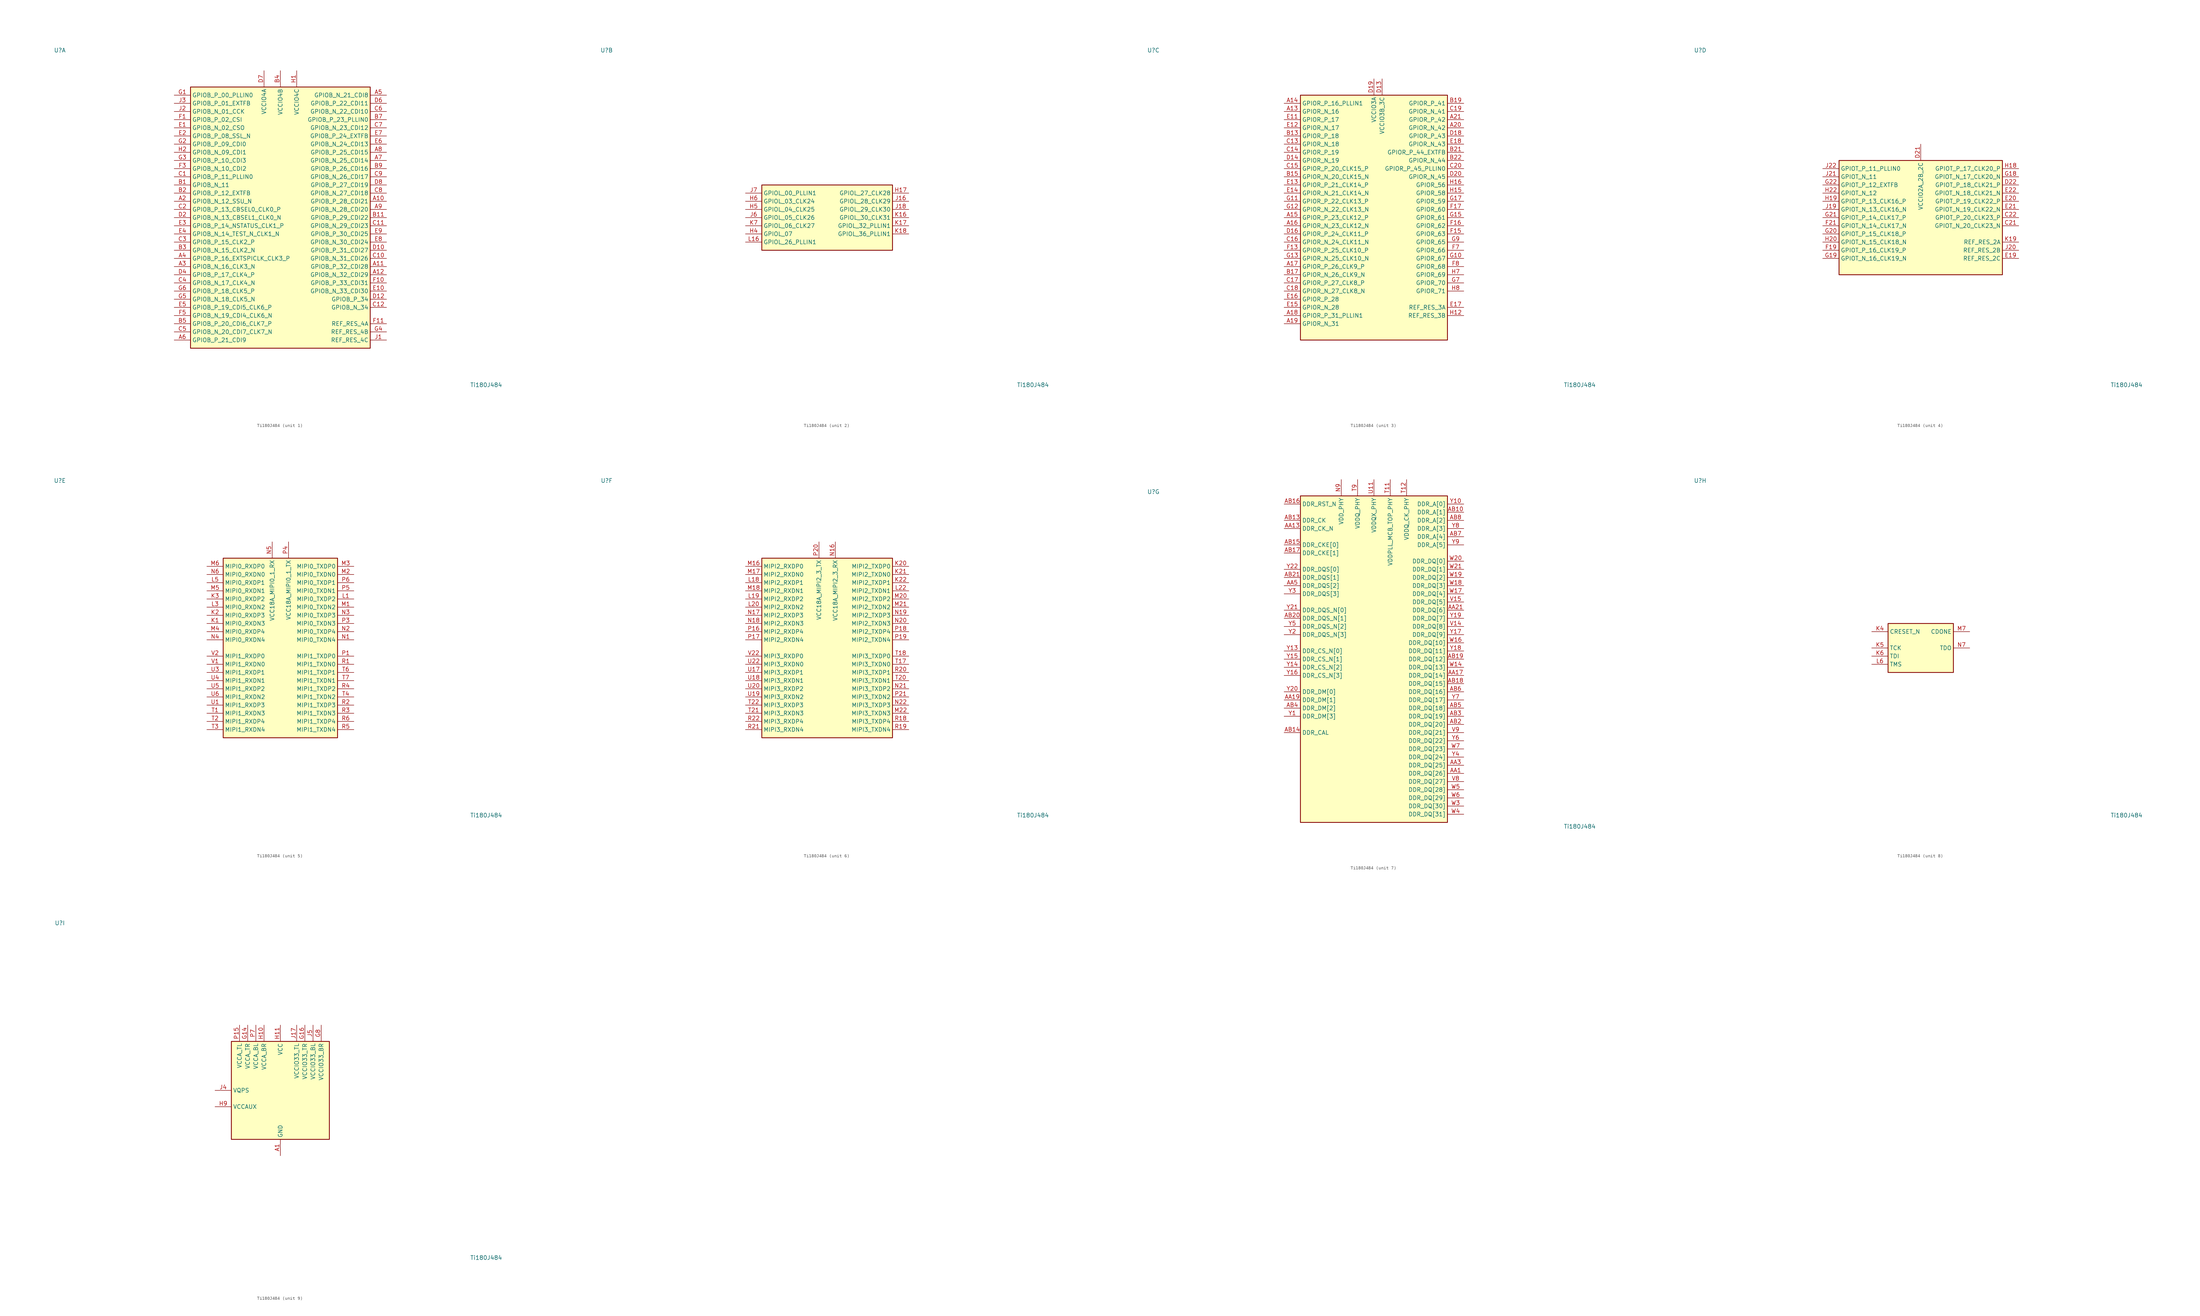
<source format=kicad_sym>
(kicad_symbol_lib
  (version 20231120)
  (generator "kicad_symbol_editor")
  (generator_version "8.0")
  (symbol "Ti180J484"
    (property "Reference" "U"
      (at -68.58 52.07 0)
      (effects (font (size 1.27 1.27))))
    (property "Value" "Ti180J484"
      (at 64.008 -52.07 0)
      (effects (font (size 1.27 1.27))))
    (property "ki_locked" ""
      (at 0 0 0)
      (effects (font (size 1.27 1.27))))
    (symbol "Ti180J484_1_1"
      (rectangle (start -27.94 40.64) (end 27.94 -40.64) (stroke (width 0.254) (type default)) (fill (type background)))
      (pin bidirectional line (at 33.02 5.08 180) (length 5.08) (name "GPIOB_P_28_CDI21" (effects (font (size 1.27 1.27)))) (number "A10" (effects (font (size 1.27 1.27)))))
      (pin bidirectional line (at 33.02 -15.24 180) (length 5.08) (name "GPIOB_P_32_CDI28" (effects (font (size 1.27 1.27)))) (number "A11" (effects (font (size 1.27 1.27)))))
      (pin bidirectional line (at 33.02 -17.78 180) (length 5.08) (name "GPIOB_N_32_CDI29" (effects (font (size 1.27 1.27)))) (number "A12" (effects (font (size 1.27 1.27)))))
      (pin bidirectional line (at -33.02 5.08 0) (length 5.08) (name "GPIOB_N_12_SSU_N" (effects (font (size 1.27 1.27)))) (number "A2" (effects (font (size 1.27 1.27)))))
      (pin bidirectional line (at -33.02 -15.24 0) (length 5.08) (name "GPIOB_N_16_CLK3_N" (effects (font (size 1.27 1.27)))) (number "A3" (effects (font (size 1.27 1.27)))))
      (pin bidirectional line (at -33.02 -12.7 0) (length 5.08) (name "GPIOB_P_16_EXTSPICLK_CLK3_P" (effects (font (size 1.27 1.27)))) (number "A4" (effects (font (size 1.27 1.27)))))
      (pin bidirectional line (at 33.02 38.1 180) (length 5.08) (name "GPIOB_N_21_CDI8" (effects (font (size 1.27 1.27)))) (number "A5" (effects (font (size 1.27 1.27)))))
      (pin bidirectional line (at -33.02 -38.1 0) (length 5.08) (name "GPIOB_P_21_CDI9" (effects (font (size 1.27 1.27)))) (number "A6" (effects (font (size 1.27 1.27)))))
      (pin bidirectional line (at 33.02 17.78 180) (length 5.08) (name "GPIOB_N_25_CDI14" (effects (font (size 1.27 1.27)))) (number "A7" (effects (font (size 1.27 1.27)))))
      (pin bidirectional line (at 33.02 20.32 180) (length 5.08) (name "GPIOB_P_25_CDI15" (effects (font (size 1.27 1.27)))) (number "A8" (effects (font (size 1.27 1.27)))))
      (pin bidirectional line (at 33.02 2.54 180) (length 5.08) (name "GPIOB_N_28_CDI20" (effects (font (size 1.27 1.27)))) (number "A9" (effects (font (size 1.27 1.27)))))
      (pin bidirectional line (at -33.02 10.16 0) (length 5.08) (name "GPIOB_N_11" (effects (font (size 1.27 1.27)))) (number "B1" (effects (font (size 1.27 1.27)))))
      (pin bidirectional line (at 33.02 0 180) (length 5.08) (name "GPIOB_P_29_CDI22" (effects (font (size 1.27 1.27)))) (number "B11" (effects (font (size 1.27 1.27)))))
      (pin bidirectional line (at -33.02 7.62 0) (length 5.08) (name "GPIOB_P_12_EXTFB" (effects (font (size 1.27 1.27)))) (number "B2" (effects (font (size 1.27 1.27)))))
      (pin bidirectional line (at -33.02 -10.16 0) (length 5.08) (name "GPIOB_N_15_CLK2_N" (effects (font (size 1.27 1.27)))) (number "B3" (effects (font (size 1.27 1.27)))))
      (pin power_in line (at 0 45.72 270) (length 5.08) (name "VCCIO4B" (effects (font (size 1.27 1.27)))) (number "B4" (effects (font (size 1.27 1.27)))))
      (pin bidirectional line (at -33.02 -33.02 0) (length 5.08) (name "GPIOB_P_20_CDI6_CLK7_P" (effects (font (size 1.27 1.27)))) (number "B5" (effects (font (size 1.27 1.27)))))
      (pin bidirectional line (at 33.02 30.48 180) (length 5.08) (name "GPIOB_P_23_PLLIN0" (effects (font (size 1.27 1.27)))) (number "B7" (effects (font (size 1.27 1.27)))))
      (pin bidirectional line (at 33.02 15.24 180) (length 5.08) (name "GPIOB_P_26_CDI16" (effects (font (size 1.27 1.27)))) (number "B9" (effects (font (size 1.27 1.27)))))
      (pin bidirectional line (at -33.02 12.7 0) (length 5.08) (name "GPIOB_P_11_PLLIN0" (effects (font (size 1.27 1.27)))) (number "C1" (effects (font (size 1.27 1.27)))))
      (pin bidirectional line (at 33.02 -12.7 180) (length 5.08) (name "GPIOB_N_31_CDI26" (effects (font (size 1.27 1.27)))) (number "C10" (effects (font (size 1.27 1.27)))))
      (pin bidirectional line (at 33.02 -2.54 180) (length 5.08) (name "GPIOB_N_29_CDI23" (effects (font (size 1.27 1.27)))) (number "C11" (effects (font (size 1.27 1.27)))))
      (pin bidirectional line (at 33.02 -27.94 180) (length 5.08) (name "GPIOB_N_34" (effects (font (size 1.27 1.27)))) (number "C12" (effects (font (size 1.27 1.27)))))
      (pin bidirectional line (at -33.02 2.54 0) (length 5.08) (name "GPIOB_P_13_CBSEL0_CLK0_P" (effects (font (size 1.27 1.27)))) (number "C2" (effects (font (size 1.27 1.27)))))
      (pin bidirectional line (at -33.02 -7.62 0) (length 5.08) (name "GPIOB_P_15_CLK2_P" (effects (font (size 1.27 1.27)))) (number "C3" (effects (font (size 1.27 1.27)))))
      (pin bidirectional line (at -33.02 -20.32 0) (length 5.08) (name "GPIOB_N_17_CLK4_N" (effects (font (size 1.27 1.27)))) (number "C4" (effects (font (size 1.27 1.27)))))
      (pin bidirectional line (at -33.02 -35.56 0) (length 5.08) (name "GPIOB_N_20_CDI7_CLK7_N" (effects (font (size 1.27 1.27)))) (number "C5" (effects (font (size 1.27 1.27)))))
      (pin bidirectional line (at 33.02 33.02 180) (length 5.08) (name "GPIOB_N_22_CDI10" (effects (font (size 1.27 1.27)))) (number "C6" (effects (font (size 1.27 1.27)))))
      (pin bidirectional line (at 33.02 27.94 180) (length 5.08) (name "GPIOB_N_23_CDI12" (effects (font (size 1.27 1.27)))) (number "C7" (effects (font (size 1.27 1.27)))))
      (pin bidirectional line (at 33.02 7.62 180) (length 5.08) (name "GPIOB_N_27_CDI18" (effects (font (size 1.27 1.27)))) (number "C8" (effects (font (size 1.27 1.27)))))
      (pin bidirectional line (at 33.02 12.7 180) (length 5.08) (name "GPIOB_N_26_CDI17" (effects (font (size 1.27 1.27)))) (number "C9" (effects (font (size 1.27 1.27)))))
      (pin passive line (at 0 45.72 270) (length 5.08) hide (name "VCCIO4B" (effects (font (size 1.27 1.27)))) (number "D1" (effects (font (size 1.27 1.27)))))
      (pin bidirectional line (at 33.02 -10.16 180) (length 5.08) (name "GPIOB_P_31_CDI27" (effects (font (size 1.27 1.27)))) (number "D10" (effects (font (size 1.27 1.27)))))
      (pin passive line (at -5.08 45.72 270) (length 5.08) hide (name "VCCIO4A" (effects (font (size 1.27 1.27)))) (number "D11" (effects (font (size 1.27 1.27)))))
      (pin bidirectional line (at 33.02 -25.4 180) (length 5.08) (name "GPIOB_P_34" (effects (font (size 1.27 1.27)))) (number "D12" (effects (font (size 1.27 1.27)))))
      (pin bidirectional line (at -33.02 0 0) (length 5.08) (name "GPIOB_N_13_CBSEL1_CLK0_N" (effects (font (size 1.27 1.27)))) (number "D2" (effects (font (size 1.27 1.27)))))
      (pin bidirectional line (at -33.02 -17.78 0) (length 5.08) (name "GPIOB_P_17_CLK4_P" (effects (font (size 1.27 1.27)))) (number "D4" (effects (font (size 1.27 1.27)))))
      (pin bidirectional line (at 33.02 35.56 180) (length 5.08) (name "GPIOB_P_22_CDI11" (effects (font (size 1.27 1.27)))) (number "D6" (effects (font (size 1.27 1.27)))))
      (pin power_in line (at -5.08 45.72 270) (length 5.08) (name "VCCIO4A" (effects (font (size 1.27 1.27)))) (number "D7" (effects (font (size 1.27 1.27)))))
      (pin bidirectional line (at 33.02 10.16 180) (length 5.08) (name "GPIOB_P_27_CDI19" (effects (font (size 1.27 1.27)))) (number "D8" (effects (font (size 1.27 1.27)))))
      (pin passive line (at -5.08 45.72 270) (length 5.08) hide (name "VCCIO4A" (effects (font (size 1.27 1.27)))) (number "D9" (effects (font (size 1.27 1.27)))))
      (pin bidirectional line (at -33.02 27.94 0) (length 5.08) (name "GPIOB_N_02_CSO" (effects (font (size 1.27 1.27)))) (number "E1" (effects (font (size 1.27 1.27)))))
      (pin bidirectional line (at 33.02 -22.86 180) (length 5.08) (name "GPIOB_N_33_CDI30" (effects (font (size 1.27 1.27)))) (number "E10" (effects (font (size 1.27 1.27)))))
      (pin bidirectional line (at -33.02 25.4 0) (length 5.08) (name "GPIOB_P_08_SSL_N" (effects (font (size 1.27 1.27)))) (number "E2" (effects (font (size 1.27 1.27)))))
      (pin bidirectional line (at -33.02 -2.54 0) (length 5.08) (name "GPIOB_P_14_NSTATUS_CLK1_P" (effects (font (size 1.27 1.27)))) (number "E3" (effects (font (size 1.27 1.27)))))
      (pin bidirectional line (at -33.02 -5.08 0) (length 5.08) (name "GPIOB_N_14_TEST_N_CLK1_N" (effects (font (size 1.27 1.27)))) (number "E4" (effects (font (size 1.27 1.27)))))
      (pin bidirectional line (at -33.02 -27.94 0) (length 5.08) (name "GPIOB_P_19_CDI5_CLK6_P" (effects (font (size 1.27 1.27)))) (number "E5" (effects (font (size 1.27 1.27)))))
      (pin bidirectional line (at 33.02 22.86 180) (length 5.08) (name "GPIOB_N_24_CDI13" (effects (font (size 1.27 1.27)))) (number "E6" (effects (font (size 1.27 1.27)))))
      (pin bidirectional line (at 33.02 25.4 180) (length 5.08) (name "GPIOB_P_24_EXTFB" (effects (font (size 1.27 1.27)))) (number "E7" (effects (font (size 1.27 1.27)))))
      (pin bidirectional line (at 33.02 -7.62 180) (length 5.08) (name "GPIOB_N_30_CDI24" (effects (font (size 1.27 1.27)))) (number "E8" (effects (font (size 1.27 1.27)))))
      (pin bidirectional line (at 33.02 -5.08 180) (length 5.08) (name "GPIOB_P_30_CDI25" (effects (font (size 1.27 1.27)))) (number "E9" (effects (font (size 1.27 1.27)))))
      (pin bidirectional line (at -33.02 30.48 0) (length 5.08) (name "GPIOB_P_02_CSI" (effects (font (size 1.27 1.27)))) (number "F1" (effects (font (size 1.27 1.27)))))
      (pin bidirectional line (at 33.02 -20.32 180) (length 5.08) (name "GPIOB_P_33_CDI31" (effects (font (size 1.27 1.27)))) (number "F10" (effects (font (size 1.27 1.27)))))
      (pin bidirectional line (at 33.02 -33.02 180) (length 5.08) (name "REF_RES_4A" (effects (font (size 1.27 1.27)))) (number "F11" (effects (font (size 1.27 1.27)))))
      (pin bidirectional line (at -33.02 15.24 0) (length 5.08) (name "GPIOB_N_10_CDI2" (effects (font (size 1.27 1.27)))) (number "F3" (effects (font (size 1.27 1.27)))))
      (pin passive line (at 0 45.72 270) (length 5.08) hide (name "VCCIO4B" (effects (font (size 1.27 1.27)))) (number "F4" (effects (font (size 1.27 1.27)))))
      (pin bidirectional line (at -33.02 -30.48 0) (length 5.08) (name "GPIOB_N_19_CDI4_CLK6_N" (effects (font (size 1.27 1.27)))) (number "F5" (effects (font (size 1.27 1.27)))))
      (pin bidirectional line (at -33.02 38.1 0) (length 5.08) (name "GPIOB_P_00_PLLIN0" (effects (font (size 1.27 1.27)))) (number "G1" (effects (font (size 1.27 1.27)))))
      (pin bidirectional line (at -33.02 22.86 0) (length 5.08) (name "GPIOB_P_09_CDI0" (effects (font (size 1.27 1.27)))) (number "G2" (effects (font (size 1.27 1.27)))))
      (pin bidirectional line (at -33.02 17.78 0) (length 5.08) (name "GPIOB_P_10_CDI3" (effects (font (size 1.27 1.27)))) (number "G3" (effects (font (size 1.27 1.27)))))
      (pin bidirectional line (at 33.02 -35.56 180) (length 5.08) (name "REF_RES_4B" (effects (font (size 1.27 1.27)))) (number "G4" (effects (font (size 1.27 1.27)))))
      (pin bidirectional line (at -33.02 -25.4 0) (length 5.08) (name "GPIOB_N_18_CLK5_N" (effects (font (size 1.27 1.27)))) (number "G5" (effects (font (size 1.27 1.27)))))
      (pin bidirectional line (at -33.02 -22.86 0) (length 5.08) (name "GPIOB_P_18_CLK5_P" (effects (font (size 1.27 1.27)))) (number "G6" (effects (font (size 1.27 1.27)))))
      (pin power_in line (at 5.08 45.72 270) (length 5.08) (name "VCCIO4C" (effects (font (size 1.27 1.27)))) (number "H1" (effects (font (size 1.27 1.27)))))
      (pin bidirectional line (at -33.02 20.32 0) (length 5.08) (name "GPIOB_N_09_CDI1" (effects (font (size 1.27 1.27)))) (number "H2" (effects (font (size 1.27 1.27)))))
      (pin bidirectional line (at 33.02 -38.1 180) (length 5.08) (name "REF_RES_4C" (effects (font (size 1.27 1.27)))) (number "J1" (effects (font (size 1.27 1.27)))))
      (pin bidirectional line (at -33.02 33.02 0) (length 5.08) (name "GPIOB_N_01_CCK" (effects (font (size 1.27 1.27)))) (number "J2" (effects (font (size 1.27 1.27)))))
      (pin bidirectional line (at -33.02 35.56 0) (length 5.08) (name "GPIOB_P_01_EXTFB" (effects (font (size 1.27 1.27)))) (number "J3" (effects (font (size 1.27 1.27))))))
    (symbol "Ti180J484_2_1"
      (rectangle (start -20.32 10.16) (end 20.32 -10.16) (stroke (width 0.254) (type default)) (fill (type background)))
      (pin bidirectional line (at 25.4 7.62 180) (length 5.08) (name "GPIOL_27_CLK28" (effects (font (size 1.27 1.27)))) (number "H17" (effects (font (size 1.27 1.27)))))
      (pin bidirectional line (at -25.4 -5.08 0) (length 5.08) (name "GPIOL_07" (effects (font (size 1.27 1.27)))) (number "H4" (effects (font (size 1.27 1.27)))))
      (pin bidirectional line (at -25.4 2.54 0) (length 5.08) (name "GPIOL_04_CLK25" (effects (font (size 1.27 1.27)))) (number "H5" (effects (font (size 1.27 1.27)))))
      (pin bidirectional line (at -25.4 5.08 0) (length 5.08) (name "GPIOL_03_CLK24" (effects (font (size 1.27 1.27)))) (number "H6" (effects (font (size 1.27 1.27)))))
      (pin bidirectional line (at 25.4 5.08 180) (length 5.08) (name "GPIOL_28_CLK29" (effects (font (size 1.27 1.27)))) (number "J16" (effects (font (size 1.27 1.27)))))
      (pin bidirectional line (at 25.4 2.54 180) (length 5.08) (name "GPIOL_29_CLK30" (effects (font (size 1.27 1.27)))) (number "J18" (effects (font (size 1.27 1.27)))))
      (pin bidirectional line (at -25.4 0 0) (length 5.08) (name "GPIOL_05_CLK26" (effects (font (size 1.27 1.27)))) (number "J6" (effects (font (size 1.27 1.27)))))
      (pin bidirectional line (at -25.4 7.62 0) (length 5.08) (name "GPIOL_00_PLLIN1" (effects (font (size 1.27 1.27)))) (number "J7" (effects (font (size 1.27 1.27)))))
      (pin bidirectional line (at 25.4 0 180) (length 5.08) (name "GPIOL_30_CLK31" (effects (font (size 1.27 1.27)))) (number "K16" (effects (font (size 1.27 1.27)))))
      (pin bidirectional line (at 25.4 -2.54 180) (length 5.08) (name "GPIOL_32_PLLIN1" (effects (font (size 1.27 1.27)))) (number "K17" (effects (font (size 1.27 1.27)))))
      (pin bidirectional line (at 25.4 -5.08 180) (length 5.08) (name "GPIOL_36_PLLIN1" (effects (font (size 1.27 1.27)))) (number "K18" (effects (font (size 1.27 1.27)))))
      (pin bidirectional line (at -25.4 -2.54 0) (length 5.08) (name "GPIOL_06_CLK27" (effects (font (size 1.27 1.27)))) (number "K7" (effects (font (size 1.27 1.27)))))
      (pin bidirectional line (at -25.4 -7.62 0) (length 5.08) (name "GPIOL_26_PLLIN1" (effects (font (size 1.27 1.27)))) (number "L16" (effects (font (size 1.27 1.27))))))
    (symbol "Ti180J484_3_1"
      (rectangle (start -22.86 38.1) (end 22.86 -38.1) (stroke (width 0.254) (type default)) (fill (type background)))
      (pin bidirectional line (at -27.94 33.02 0) (length 5.08) (name "GPIOR_N_16" (effects (font (size 1.27 1.27)))) (number "A13" (effects (font (size 1.27 1.27)))))
      (pin bidirectional line (at -27.94 35.56 0) (length 5.08) (name "GPIOR_P_16_PLLIN1" (effects (font (size 1.27 1.27)))) (number "A14" (effects (font (size 1.27 1.27)))))
      (pin bidirectional line (at -27.94 0 0) (length 5.08) (name "GPIOR_P_23_CLK12_P" (effects (font (size 1.27 1.27)))) (number "A15" (effects (font (size 1.27 1.27)))))
      (pin bidirectional line (at -27.94 -2.54 0) (length 5.08) (name "GPIOR_N_23_CLK12_N" (effects (font (size 1.27 1.27)))) (number "A16" (effects (font (size 1.27 1.27)))))
      (pin bidirectional line (at -27.94 -15.24 0) (length 5.08) (name "GPIOR_P_26_CLK9_P" (effects (font (size 1.27 1.27)))) (number "A17" (effects (font (size 1.27 1.27)))))
      (pin bidirectional line (at -27.94 -30.48 0) (length 5.08) (name "GPIOR_P_31_PLLIN1" (effects (font (size 1.27 1.27)))) (number "A18" (effects (font (size 1.27 1.27)))))
      (pin bidirectional line (at -27.94 -33.02 0) (length 5.08) (name "GPIOR_N_31" (effects (font (size 1.27 1.27)))) (number "A19" (effects (font (size 1.27 1.27)))))
      (pin bidirectional line (at 27.94 27.94 180) (length 5.08) (name "GPIOR_N_42" (effects (font (size 1.27 1.27)))) (number "A20" (effects (font (size 1.27 1.27)))))
      (pin bidirectional line (at 27.94 30.48 180) (length 5.08) (name "GPIOR_P_42" (effects (font (size 1.27 1.27)))) (number "A21" (effects (font (size 1.27 1.27)))))
      (pin bidirectional line (at -27.94 25.4 0) (length 5.08) (name "GPIOR_P_18" (effects (font (size 1.27 1.27)))) (number "B13" (effects (font (size 1.27 1.27)))))
      (pin bidirectional line (at -27.94 12.7 0) (length 5.08) (name "GPIOR_N_20_CLK15_N" (effects (font (size 1.27 1.27)))) (number "B15" (effects (font (size 1.27 1.27)))))
      (pin bidirectional line (at -27.94 -17.78 0) (length 5.08) (name "GPIOR_N_26_CLK9_N" (effects (font (size 1.27 1.27)))) (number "B17" (effects (font (size 1.27 1.27)))))
      (pin bidirectional line (at 27.94 35.56 180) (length 5.08) (name "GPIOR_P_41" (effects (font (size 1.27 1.27)))) (number "B19" (effects (font (size 1.27 1.27)))))
      (pin bidirectional line (at 27.94 20.32 180) (length 5.08) (name "GPIOR_P_44_EXTFB" (effects (font (size 1.27 1.27)))) (number "B21" (effects (font (size 1.27 1.27)))))
      (pin bidirectional line (at 27.94 17.78 180) (length 5.08) (name "GPIOR_N_44" (effects (font (size 1.27 1.27)))) (number "B22" (effects (font (size 1.27 1.27)))))
      (pin bidirectional line (at -27.94 22.86 0) (length 5.08) (name "GPIOR_N_18" (effects (font (size 1.27 1.27)))) (number "C13" (effects (font (size 1.27 1.27)))))
      (pin bidirectional line (at -27.94 20.32 0) (length 5.08) (name "GPIOR_P_19" (effects (font (size 1.27 1.27)))) (number "C14" (effects (font (size 1.27 1.27)))))
      (pin bidirectional line (at -27.94 15.24 0) (length 5.08) (name "GPIOR_P_20_CLK15_P" (effects (font (size 1.27 1.27)))) (number "C15" (effects (font (size 1.27 1.27)))))
      (pin bidirectional line (at -27.94 -7.62 0) (length 5.08) (name "GPIOR_N_24_CLK11_N" (effects (font (size 1.27 1.27)))) (number "C16" (effects (font (size 1.27 1.27)))))
      (pin bidirectional line (at -27.94 -20.32 0) (length 5.08) (name "GPIOR_P_27_CLK8_P" (effects (font (size 1.27 1.27)))) (number "C17" (effects (font (size 1.27 1.27)))))
      (pin bidirectional line (at -27.94 -22.86 0) (length 5.08) (name "GPIOR_N_27_CLK8_N" (effects (font (size 1.27 1.27)))) (number "C18" (effects (font (size 1.27 1.27)))))
      (pin bidirectional line (at 27.94 33.02 180) (length 5.08) (name "GPIOR_N_41" (effects (font (size 1.27 1.27)))) (number "C19" (effects (font (size 1.27 1.27)))))
      (pin bidirectional line (at 27.94 15.24 180) (length 5.08) (name "GPIOR_P_45_PLLIN0" (effects (font (size 1.27 1.27)))) (number "C20" (effects (font (size 1.27 1.27)))))
      (pin power_in line (at 2.54 43.18 270) (length 5.08) (name "VCCIO3B_3C" (effects (font (size 1.27 1.27)))) (number "D13" (effects (font (size 1.27 1.27)))))
      (pin bidirectional line (at -27.94 17.78 0) (length 5.08) (name "GPIOR_N_19" (effects (font (size 1.27 1.27)))) (number "D14" (effects (font (size 1.27 1.27)))))
      (pin passive line (at 2.54 43.18 270) (length 5.08) hide (name "VCCIO3B_3C" (effects (font (size 1.27 1.27)))) (number "D15" (effects (font (size 1.27 1.27)))))
      (pin bidirectional line (at -27.94 -5.08 0) (length 5.08) (name "GPIOR_P_24_CLK11_P" (effects (font (size 1.27 1.27)))) (number "D16" (effects (font (size 1.27 1.27)))))
      (pin passive line (at 2.54 43.18 270) (length 5.08) hide (name "VCCIO3B_3C" (effects (font (size 1.27 1.27)))) (number "D17" (effects (font (size 1.27 1.27)))))
      (pin bidirectional line (at 27.94 25.4 180) (length 5.08) (name "GPIOR_P_43" (effects (font (size 1.27 1.27)))) (number "D18" (effects (font (size 1.27 1.27)))))
      (pin power_in line (at 0 43.18 270) (length 5.08) (name "VCCIO3A" (effects (font (size 1.27 1.27)))) (number "D19" (effects (font (size 1.27 1.27)))))
      (pin bidirectional line (at 27.94 12.7 180) (length 5.08) (name "GPIOR_N_45" (effects (font (size 1.27 1.27)))) (number "D20" (effects (font (size 1.27 1.27)))))
      (pin bidirectional line (at -27.94 30.48 0) (length 5.08) (name "GPIOR_P_17" (effects (font (size 1.27 1.27)))) (number "E11" (effects (font (size 1.27 1.27)))))
      (pin bidirectional line (at -27.94 27.94 0) (length 5.08) (name "GPIOR_N_17" (effects (font (size 1.27 1.27)))) (number "E12" (effects (font (size 1.27 1.27)))))
      (pin bidirectional line (at -27.94 10.16 0) (length 5.08) (name "GPIOR_P_21_CLK14_P" (effects (font (size 1.27 1.27)))) (number "E13" (effects (font (size 1.27 1.27)))))
      (pin bidirectional line (at -27.94 7.62 0) (length 5.08) (name "GPIOR_N_21_CLK14_N" (effects (font (size 1.27 1.27)))) (number "E14" (effects (font (size 1.27 1.27)))))
      (pin bidirectional line (at -27.94 -27.94 0) (length 5.08) (name "GPIOR_N_28" (effects (font (size 1.27 1.27)))) (number "E15" (effects (font (size 1.27 1.27)))))
      (pin bidirectional line (at -27.94 -25.4 0) (length 5.08) (name "GPIOR_P_28" (effects (font (size 1.27 1.27)))) (number "E16" (effects (font (size 1.27 1.27)))))
      (pin bidirectional line (at 27.94 -27.94 180) (length 5.08) (name "REF_RES_3A" (effects (font (size 1.27 1.27)))) (number "E17" (effects (font (size 1.27 1.27)))))
      (pin bidirectional line (at 27.94 22.86 180) (length 5.08) (name "GPIOR_N_43" (effects (font (size 1.27 1.27)))) (number "E18" (effects (font (size 1.27 1.27)))))
      (pin bidirectional line (at -27.94 -10.16 0) (length 5.08) (name "GPIOR_P_25_CLK10_P" (effects (font (size 1.27 1.27)))) (number "F13" (effects (font (size 1.27 1.27)))))
      (pin bidirectional line (at 27.94 -5.08 180) (length 5.08) (name "GPIOR_63" (effects (font (size 1.27 1.27)))) (number "F15" (effects (font (size 1.27 1.27)))))
      (pin bidirectional line (at 27.94 -2.54 180) (length 5.08) (name "GPIOR_62" (effects (font (size 1.27 1.27)))) (number "F16" (effects (font (size 1.27 1.27)))))
      (pin bidirectional line (at 27.94 2.54 180) (length 5.08) (name "GPIOR_60" (effects (font (size 1.27 1.27)))) (number "F17" (effects (font (size 1.27 1.27)))))
      (pin bidirectional line (at 27.94 -10.16 180) (length 5.08) (name "GPIOR_66" (effects (font (size 1.27 1.27)))) (number "F7" (effects (font (size 1.27 1.27)))))
      (pin bidirectional line (at 27.94 -15.24 180) (length 5.08) (name "GPIOR_68" (effects (font (size 1.27 1.27)))) (number "F8" (effects (font (size 1.27 1.27)))))
      (pin bidirectional line (at 27.94 -12.7 180) (length 5.08) (name "GPIOR_67" (effects (font (size 1.27 1.27)))) (number "G10" (effects (font (size 1.27 1.27)))))
      (pin bidirectional line (at -27.94 5.08 0) (length 5.08) (name "GPIOR_P_22_CLK13_P" (effects (font (size 1.27 1.27)))) (number "G11" (effects (font (size 1.27 1.27)))))
      (pin bidirectional line (at -27.94 2.54 0) (length 5.08) (name "GPIOR_N_22_CLK13_N" (effects (font (size 1.27 1.27)))) (number "G12" (effects (font (size 1.27 1.27)))))
      (pin bidirectional line (at -27.94 -12.7 0) (length 5.08) (name "GPIOR_N_25_CLK10_N" (effects (font (size 1.27 1.27)))) (number "G13" (effects (font (size 1.27 1.27)))))
      (pin bidirectional line (at 27.94 0 180) (length 5.08) (name "GPIOR_61" (effects (font (size 1.27 1.27)))) (number "G15" (effects (font (size 1.27 1.27)))))
      (pin bidirectional line (at 27.94 5.08 180) (length 5.08) (name "GPIOR_59" (effects (font (size 1.27 1.27)))) (number "G17" (effects (font (size 1.27 1.27)))))
      (pin bidirectional line (at 27.94 -20.32 180) (length 5.08) (name "GPIOR_70" (effects (font (size 1.27 1.27)))) (number "G7" (effects (font (size 1.27 1.27)))))
      (pin bidirectional line (at 27.94 -7.62 180) (length 5.08) (name "GPIOR_65" (effects (font (size 1.27 1.27)))) (number "G9" (effects (font (size 1.27 1.27)))))
      (pin bidirectional line (at 27.94 -30.48 180) (length 5.08) (name "REF_RES_3B" (effects (font (size 1.27 1.27)))) (number "H12" (effects (font (size 1.27 1.27)))))
      (pin bidirectional line (at 27.94 7.62 180) (length 5.08) (name "GPIOR_58" (effects (font (size 1.27 1.27)))) (number "H15" (effects (font (size 1.27 1.27)))))
      (pin bidirectional line (at 27.94 10.16 180) (length 5.08) (name "GPIOR_56" (effects (font (size 1.27 1.27)))) (number "H16" (effects (font (size 1.27 1.27)))))
      (pin bidirectional line (at 27.94 -17.78 180) (length 5.08) (name "GPIOR_69" (effects (font (size 1.27 1.27)))) (number "H7" (effects (font (size 1.27 1.27)))))
      (pin bidirectional line (at 27.94 -22.86 180) (length 5.08) (name "GPIOR_71" (effects (font (size 1.27 1.27)))) (number "H8" (effects (font (size 1.27 1.27))))))
    (symbol "Ti180J484_4_1"
      (rectangle (start -25.4 17.78) (end 25.4 -17.78) (stroke (width 0.254) (type default)) (fill (type background)))
      (pin bidirectional line (at 30.48 -2.54 180) (length 5.08) (name "GPIOT_N_20_CLK23_N" (effects (font (size 1.27 1.27)))) (number "C21" (effects (font (size 1.27 1.27)))))
      (pin bidirectional line (at 30.48 0 180) (length 5.08) (name "GPIOT_P_20_CLK23_P" (effects (font (size 1.27 1.27)))) (number "C22" (effects (font (size 1.27 1.27)))))
      (pin power_in line (at 0 22.86 270) (length 5.08) (name "VCCIO2A_2B_2C" (effects (font (size 1.27 1.27)))) (number "D21" (effects (font (size 1.27 1.27)))))
      (pin bidirectional line (at 30.48 10.16 180) (length 5.08) (name "GPIOT_P_18_CLK21_P" (effects (font (size 1.27 1.27)))) (number "D22" (effects (font (size 1.27 1.27)))))
      (pin bidirectional line (at 30.48 -12.7 180) (length 5.08) (name "REF_RES_2C" (effects (font (size 1.27 1.27)))) (number "E19" (effects (font (size 1.27 1.27)))))
      (pin bidirectional line (at 30.48 5.08 180) (length 5.08) (name "GPIOT_P_19_CLK22_P" (effects (font (size 1.27 1.27)))) (number "E20" (effects (font (size 1.27 1.27)))))
      (pin bidirectional line (at 30.48 2.54 180) (length 5.08) (name "GPIOT_N_19_CLK22_N" (effects (font (size 1.27 1.27)))) (number "E21" (effects (font (size 1.27 1.27)))))
      (pin bidirectional line (at 30.48 7.62 180) (length 5.08) (name "GPIOT_N_18_CLK21_N" (effects (font (size 1.27 1.27)))) (number "E22" (effects (font (size 1.27 1.27)))))
      (pin bidirectional line (at -30.48 -10.16 0) (length 5.08) (name "GPIOT_P_16_CLK19_P" (effects (font (size 1.27 1.27)))) (number "F19" (effects (font (size 1.27 1.27)))))
      (pin bidirectional line (at -30.48 -2.54 0) (length 5.08) (name "GPIOT_N_14_CLK17_N" (effects (font (size 1.27 1.27)))) (number "F21" (effects (font (size 1.27 1.27)))))
      (pin bidirectional line (at 30.48 12.7 180) (length 5.08) (name "GPIOT_N_17_CLK20_N" (effects (font (size 1.27 1.27)))) (number "G18" (effects (font (size 1.27 1.27)))))
      (pin bidirectional line (at -30.48 -12.7 0) (length 5.08) (name "GPIOT_N_16_CLK19_N" (effects (font (size 1.27 1.27)))) (number "G19" (effects (font (size 1.27 1.27)))))
      (pin bidirectional line (at -30.48 -5.08 0) (length 5.08) (name "GPIOT_P_15_CLK18_P" (effects (font (size 1.27 1.27)))) (number "G20" (effects (font (size 1.27 1.27)))))
      (pin bidirectional line (at -30.48 0 0) (length 5.08) (name "GPIOT_P_14_CLK17_P" (effects (font (size 1.27 1.27)))) (number "G21" (effects (font (size 1.27 1.27)))))
      (pin bidirectional line (at -30.48 10.16 0) (length 5.08) (name "GPIOT_P_12_EXTFB" (effects (font (size 1.27 1.27)))) (number "G22" (effects (font (size 1.27 1.27)))))
      (pin bidirectional line (at 30.48 15.24 180) (length 5.08) (name "GPIOT_P_17_CLK20_P" (effects (font (size 1.27 1.27)))) (number "H18" (effects (font (size 1.27 1.27)))))
      (pin bidirectional line (at -30.48 5.08 0) (length 5.08) (name "GPIOT_P_13_CLK16_P" (effects (font (size 1.27 1.27)))) (number "H19" (effects (font (size 1.27 1.27)))))
      (pin bidirectional line (at -30.48 -7.62 0) (length 5.08) (name "GPIOT_N_15_CLK18_N" (effects (font (size 1.27 1.27)))) (number "H20" (effects (font (size 1.27 1.27)))))
      (pin passive line (at 0 22.86 270) (length 5.08) hide (name "VCCIO2A_2B_2C" (effects (font (size 1.27 1.27)))) (number "H21" (effects (font (size 1.27 1.27)))))
      (pin bidirectional line (at -30.48 7.62 0) (length 5.08) (name "GPIOT_N_12" (effects (font (size 1.27 1.27)))) (number "H22" (effects (font (size 1.27 1.27)))))
      (pin bidirectional line (at -30.48 2.54 0) (length 5.08) (name "GPIOT_N_13_CLK16_N" (effects (font (size 1.27 1.27)))) (number "J19" (effects (font (size 1.27 1.27)))))
      (pin bidirectional line (at 30.48 -10.16 180) (length 5.08) (name "REF_RES_2B" (effects (font (size 1.27 1.27)))) (number "J20" (effects (font (size 1.27 1.27)))))
      (pin bidirectional line (at -30.48 12.7 0) (length 5.08) (name "GPIOT_N_11" (effects (font (size 1.27 1.27)))) (number "J21" (effects (font (size 1.27 1.27)))))
      (pin bidirectional line (at -30.48 15.24 0) (length 5.08) (name "GPIOT_P_11_PLLIN0" (effects (font (size 1.27 1.27)))) (number "J22" (effects (font (size 1.27 1.27)))))
      (pin bidirectional line (at 30.48 -7.62 180) (length 5.08) (name "REF_RES_2A" (effects (font (size 1.27 1.27)))) (number "K19" (effects (font (size 1.27 1.27))))))
    (symbol "Ti180J484_5_1"
      (rectangle (start -17.78 27.94) (end 17.78 -27.94) (stroke (width 0.254) (type default)) (fill (type background)))
      (pin input line (at -22.86 7.62 0) (length 5.08) (name "MIPI0_RXDN3" (effects (font (size 1.27 1.27)))) (number "K1" (effects (font (size 1.27 1.27)))))
      (pin input line (at -22.86 10.16 0) (length 5.08) (name "MIPI0_RXDP3" (effects (font (size 1.27 1.27)))) (number "K2" (effects (font (size 1.27 1.27)))))
      (pin input line (at -22.86 15.24 0) (length 5.08) (name "MIPI0_RXDP2" (effects (font (size 1.27 1.27)))) (number "K3" (effects (font (size 1.27 1.27)))))
      (pin output line (at 22.86 15.24 180) (length 5.08) (name "MIPI0_TXDP2" (effects (font (size 1.27 1.27)))) (number "L1" (effects (font (size 1.27 1.27)))))
      (pin input line (at -22.86 12.7 0) (length 5.08) (name "MIPI0_RXDN2" (effects (font (size 1.27 1.27)))) (number "L3" (effects (font (size 1.27 1.27)))))
      (pin input line (at -22.86 20.32 0) (length 5.08) (name "MIPI0_RXDP1" (effects (font (size 1.27 1.27)))) (number "L5" (effects (font (size 1.27 1.27)))))
      (pin output line (at 22.86 12.7 180) (length 5.08) (name "MIPI0_TXDN2" (effects (font (size 1.27 1.27)))) (number "M1" (effects (font (size 1.27 1.27)))))
      (pin output line (at 22.86 22.86 180) (length 5.08) (name "MIPI0_TXDN0" (effects (font (size 1.27 1.27)))) (number "M2" (effects (font (size 1.27 1.27)))))
      (pin output line (at 22.86 25.4 180) (length 5.08) (name "MIPI0_TXDP0" (effects (font (size 1.27 1.27)))) (number "M3" (effects (font (size 1.27 1.27)))))
      (pin input line (at -22.86 5.08 0) (length 5.08) (name "MIPI0_RXDP4" (effects (font (size 1.27 1.27)))) (number "M4" (effects (font (size 1.27 1.27)))))
      (pin input line (at -22.86 17.78 0) (length 5.08) (name "MIPI0_RXDN1" (effects (font (size 1.27 1.27)))) (number "M5" (effects (font (size 1.27 1.27)))))
      (pin input line (at -22.86 25.4 0) (length 5.08) (name "MIPI0_RXDP0" (effects (font (size 1.27 1.27)))) (number "M6" (effects (font (size 1.27 1.27)))))
      (pin output line (at 22.86 2.54 180) (length 5.08) (name "MIPI0_TXDN4" (effects (font (size 1.27 1.27)))) (number "N1" (effects (font (size 1.27 1.27)))))
      (pin output line (at 22.86 5.08 180) (length 5.08) (name "MIPI0_TXDP4" (effects (font (size 1.27 1.27)))) (number "N2" (effects (font (size 1.27 1.27)))))
      (pin output line (at 22.86 10.16 180) (length 5.08) (name "MIPI0_TXDP3" (effects (font (size 1.27 1.27)))) (number "N3" (effects (font (size 1.27 1.27)))))
      (pin input line (at -22.86 2.54 0) (length 5.08) (name "MIPI0_RXDN4" (effects (font (size 1.27 1.27)))) (number "N4" (effects (font (size 1.27 1.27)))))
      (pin power_in line (at -2.54 33.02 270) (length 5.08) (name "VCC18A_MIPI0_1_RX" (effects (font (size 1.27 1.27)))) (number "N5" (effects (font (size 1.27 1.27)))))
      (pin input line (at -22.86 22.86 0) (length 5.08) (name "MIPI0_RXDN0" (effects (font (size 1.27 1.27)))) (number "N6" (effects (font (size 1.27 1.27)))))
      (pin output line (at 22.86 -2.54 180) (length 5.08) (name "MIPI1_TXDP0" (effects (font (size 1.27 1.27)))) (number "P1" (effects (font (size 1.27 1.27)))))
      (pin output line (at 22.86 7.62 180) (length 5.08) (name "MIPI0_TXDN3" (effects (font (size 1.27 1.27)))) (number "P3" (effects (font (size 1.27 1.27)))))
      (pin power_in line (at 2.54 33.02 270) (length 5.08) (name "VCC18A_MIPI0_1_TX" (effects (font (size 1.27 1.27)))) (number "P4" (effects (font (size 1.27 1.27)))))
      (pin output line (at 22.86 17.78 180) (length 5.08) (name "MIPI0_TXDN1" (effects (font (size 1.27 1.27)))) (number "P5" (effects (font (size 1.27 1.27)))))
      (pin output line (at 22.86 20.32 180) (length 5.08) (name "MIPI0_TXDP1" (effects (font (size 1.27 1.27)))) (number "P6" (effects (font (size 1.27 1.27)))))
      (pin output line (at 22.86 -5.08 180) (length 5.08) (name "MIPI1_TXDN0" (effects (font (size 1.27 1.27)))) (number "R1" (effects (font (size 1.27 1.27)))))
      (pin output line (at 22.86 -17.78 180) (length 5.08) (name "MIPI1_TXDP3" (effects (font (size 1.27 1.27)))) (number "R2" (effects (font (size 1.27 1.27)))))
      (pin output line (at 22.86 -20.32 180) (length 5.08) (name "MIPI1_TXDN3" (effects (font (size 1.27 1.27)))) (number "R3" (effects (font (size 1.27 1.27)))))
      (pin output line (at 22.86 -12.7 180) (length 5.08) (name "MIPI1_TXDP2" (effects (font (size 1.27 1.27)))) (number "R4" (effects (font (size 1.27 1.27)))))
      (pin output line (at 22.86 -25.4 180) (length 5.08) (name "MIPI1_TXDN4" (effects (font (size 1.27 1.27)))) (number "R5" (effects (font (size 1.27 1.27)))))
      (pin output line (at 22.86 -22.86 180) (length 5.08) (name "MIPI1_TXDP4" (effects (font (size 1.27 1.27)))) (number "R6" (effects (font (size 1.27 1.27)))))
      (pin passive line (at 2.54 33.02 270) (length 5.08) hide (name "VCC18A_MIPI0_1_TX" (effects (font (size 1.27 1.27)))) (number "R7" (effects (font (size 1.27 1.27)))))
      (pin input line (at -22.86 -20.32 0) (length 5.08) (name "MIPI1_RXDN3" (effects (font (size 1.27 1.27)))) (number "T1" (effects (font (size 1.27 1.27)))))
      (pin input line (at -22.86 -22.86 0) (length 5.08) (name "MIPI1_RXDP4" (effects (font (size 1.27 1.27)))) (number "T2" (effects (font (size 1.27 1.27)))))
      (pin input line (at -22.86 -25.4 0) (length 5.08) (name "MIPI1_RXDN4" (effects (font (size 1.27 1.27)))) (number "T3" (effects (font (size 1.27 1.27)))))
      (pin output line (at 22.86 -15.24 180) (length 5.08) (name "MIPI1_TXDN2" (effects (font (size 1.27 1.27)))) (number "T4" (effects (font (size 1.27 1.27)))))
      (pin passive line (at -2.54 33.02 270) (length 5.08) hide (name "VCC18A_MIPI0_1_RX" (effects (font (size 1.27 1.27)))) (number "T5" (effects (font (size 1.27 1.27)))))
      (pin output line (at 22.86 -7.62 180) (length 5.08) (name "MIPI1_TXDP1" (effects (font (size 1.27 1.27)))) (number "T6" (effects (font (size 1.27 1.27)))))
      (pin output line (at 22.86 -10.16 180) (length 5.08) (name "MIPI1_TXDN1" (effects (font (size 1.27 1.27)))) (number "T7" (effects (font (size 1.27 1.27)))))
      (pin input line (at -22.86 -17.78 0) (length 5.08) (name "MIPI1_RXDP3" (effects (font (size 1.27 1.27)))) (number "U1" (effects (font (size 1.27 1.27)))))
      (pin input line (at -22.86 -7.62 0) (length 5.08) (name "MIPI1_RXDP1" (effects (font (size 1.27 1.27)))) (number "U3" (effects (font (size 1.27 1.27)))))
      (pin input line (at -22.86 -10.16 0) (length 5.08) (name "MIPI1_RXDN1" (effects (font (size 1.27 1.27)))) (number "U4" (effects (font (size 1.27 1.27)))))
      (pin input line (at -22.86 -12.7 0) (length 5.08) (name "MIPI1_RXDP2" (effects (font (size 1.27 1.27)))) (number "U5" (effects (font (size 1.27 1.27)))))
      (pin input line (at -22.86 -15.24 0) (length 5.08) (name "MIPI1_RXDN2" (effects (font (size 1.27 1.27)))) (number "U6" (effects (font (size 1.27 1.27)))))
      (pin input line (at -22.86 -5.08 0) (length 5.08) (name "MIPI1_RXDN0" (effects (font (size 1.27 1.27)))) (number "V1" (effects (font (size 1.27 1.27)))))
      (pin input line (at -22.86 -2.54 0) (length 5.08) (name "MIPI1_RXDP0" (effects (font (size 1.27 1.27)))) (number "V2" (effects (font (size 1.27 1.27))))))
    (symbol "Ti180J484_6_1"
      (rectangle (start -20.32 27.94) (end 20.32 -27.94) (stroke (width 0.254) (type default)) (fill (type background)))
      (pin output line (at 25.4 25.4 180) (length 5.08) (name "MIPI2_TXDP0" (effects (font (size 1.27 1.27)))) (number "K20" (effects (font (size 1.27 1.27)))))
      (pin output line (at 25.4 22.86 180) (length 5.08) (name "MIPI2_TXDN0" (effects (font (size 1.27 1.27)))) (number "K21" (effects (font (size 1.27 1.27)))))
      (pin output line (at 25.4 20.32 180) (length 5.08) (name "MIPI2_TXDP1" (effects (font (size 1.27 1.27)))) (number "K22" (effects (font (size 1.27 1.27)))))
      (pin input line (at -25.4 20.32 0) (length 5.08) (name "MIPI2_RXDP1" (effects (font (size 1.27 1.27)))) (number "L18" (effects (font (size 1.27 1.27)))))
      (pin input line (at -25.4 15.24 0) (length 5.08) (name "MIPI2_RXDP2" (effects (font (size 1.27 1.27)))) (number "L19" (effects (font (size 1.27 1.27)))))
      (pin input line (at -25.4 12.7 0) (length 5.08) (name "MIPI2_RXDN2" (effects (font (size 1.27 1.27)))) (number "L20" (effects (font (size 1.27 1.27)))))
      (pin output line (at 25.4 17.78 180) (length 5.08) (name "MIPI2_TXDN1" (effects (font (size 1.27 1.27)))) (number "L22" (effects (font (size 1.27 1.27)))))
      (pin input line (at -25.4 25.4 0) (length 5.08) (name "MIPI2_RXDP0" (effects (font (size 1.27 1.27)))) (number "M16" (effects (font (size 1.27 1.27)))))
      (pin input line (at -25.4 22.86 0) (length 5.08) (name "MIPI2_RXDN0" (effects (font (size 1.27 1.27)))) (number "M17" (effects (font (size 1.27 1.27)))))
      (pin input line (at -25.4 17.78 0) (length 5.08) (name "MIPI2_RXDN1" (effects (font (size 1.27 1.27)))) (number "M18" (effects (font (size 1.27 1.27)))))
      (pin output line (at 25.4 15.24 180) (length 5.08) (name "MIPI2_TXDP2" (effects (font (size 1.27 1.27)))) (number "M20" (effects (font (size 1.27 1.27)))))
      (pin output line (at 25.4 12.7 180) (length 5.08) (name "MIPI2_TXDN2" (effects (font (size 1.27 1.27)))) (number "M21" (effects (font (size 1.27 1.27)))))
      (pin output line (at 25.4 -20.32 180) (length 5.08) (name "MIPI3_TXDN3" (effects (font (size 1.27 1.27)))) (number "M22" (effects (font (size 1.27 1.27)))))
      (pin power_in line (at 2.54 33.02 270) (length 5.08) (name "VCC18A_MIPI2_3_RX" (effects (font (size 1.27 1.27)))) (number "N16" (effects (font (size 1.27 1.27)))))
      (pin input line (at -25.4 10.16 0) (length 5.08) (name "MIPI2_RXDP3" (effects (font (size 1.27 1.27)))) (number "N17" (effects (font (size 1.27 1.27)))))
      (pin input line (at -25.4 7.62 0) (length 5.08) (name "MIPI2_RXDN3" (effects (font (size 1.27 1.27)))) (number "N18" (effects (font (size 1.27 1.27)))))
      (pin output line (at 25.4 10.16 180) (length 5.08) (name "MIPI2_TXDP3" (effects (font (size 1.27 1.27)))) (number "N19" (effects (font (size 1.27 1.27)))))
      (pin output line (at 25.4 7.62 180) (length 5.08) (name "MIPI2_TXDN3" (effects (font (size 1.27 1.27)))) (number "N20" (effects (font (size 1.27 1.27)))))
      (pin output line (at 25.4 -12.7 180) (length 5.08) (name "MIPI3_TXDP2" (effects (font (size 1.27 1.27)))) (number "N21" (effects (font (size 1.27 1.27)))))
      (pin output line (at 25.4 -17.78 180) (length 5.08) (name "MIPI3_TXDP3" (effects (font (size 1.27 1.27)))) (number "N22" (effects (font (size 1.27 1.27)))))
      (pin input line (at -25.4 5.08 0) (length 5.08) (name "MIPI2_RXDP4" (effects (font (size 1.27 1.27)))) (number "P16" (effects (font (size 1.27 1.27)))))
      (pin input line (at -25.4 2.54 0) (length 5.08) (name "MIPI2_RXDN4" (effects (font (size 1.27 1.27)))) (number "P17" (effects (font (size 1.27 1.27)))))
      (pin output line (at 25.4 5.08 180) (length 5.08) (name "MIPI2_TXDP4" (effects (font (size 1.27 1.27)))) (number "P18" (effects (font (size 1.27 1.27)))))
      (pin output line (at 25.4 2.54 180) (length 5.08) (name "MIPI2_TXDN4" (effects (font (size 1.27 1.27)))) (number "P19" (effects (font (size 1.27 1.27)))))
      (pin power_in line (at -2.54 33.02 270) (length 5.08) (name "VCC18A_MIPI2_3_TX" (effects (font (size 1.27 1.27)))) (number "P20" (effects (font (size 1.27 1.27)))))
      (pin output line (at 25.4 -15.24 180) (length 5.08) (name "MIPI3_TXDN2" (effects (font (size 1.27 1.27)))) (number "P21" (effects (font (size 1.27 1.27)))))
      (pin passive line (at -2.54 33.02 270) (length 5.08) hide (name "VCC18A_MIPI2_3_TX" (effects (font (size 1.27 1.27)))) (number "R17" (effects (font (size 1.27 1.27)))))
      (pin output line (at 25.4 -22.86 180) (length 5.08) (name "MIPI3_TXDP4" (effects (font (size 1.27 1.27)))) (number "R18" (effects (font (size 1.27 1.27)))))
      (pin output line (at 25.4 -25.4 180) (length 5.08) (name "MIPI3_TXDN4" (effects (font (size 1.27 1.27)))) (number "R19" (effects (font (size 1.27 1.27)))))
      (pin output line (at 25.4 -7.62 180) (length 5.08) (name "MIPI3_TXDP1" (effects (font (size 1.27 1.27)))) (number "R20" (effects (font (size 1.27 1.27)))))
      (pin input line (at -25.4 -25.4 0) (length 5.08) (name "MIPI3_RXDN4" (effects (font (size 1.27 1.27)))) (number "R21" (effects (font (size 1.27 1.27)))))
      (pin input line (at -25.4 -22.86 0) (length 5.08) (name "MIPI3_RXDP4" (effects (font (size 1.27 1.27)))) (number "R22" (effects (font (size 1.27 1.27)))))
      (pin output line (at 25.4 -5.08 180) (length 5.08) (name "MIPI3_TXDN0" (effects (font (size 1.27 1.27)))) (number "T17" (effects (font (size 1.27 1.27)))))
      (pin output line (at 25.4 -2.54 180) (length 5.08) (name "MIPI3_TXDP0" (effects (font (size 1.27 1.27)))) (number "T18" (effects (font (size 1.27 1.27)))))
      (pin passive line (at 2.54 33.02 270) (length 5.08) hide (name "VCC18A_MIPI2_3_RX" (effects (font (size 1.27 1.27)))) (number "T19" (effects (font (size 1.27 1.27)))))
      (pin output line (at 25.4 -10.16 180) (length 5.08) (name "MIPI3_TXDN1" (effects (font (size 1.27 1.27)))) (number "T20" (effects (font (size 1.27 1.27)))))
      (pin input line (at -25.4 -20.32 0) (length 5.08) (name "MIPI3_RXDN3" (effects (font (size 1.27 1.27)))) (number "T21" (effects (font (size 1.27 1.27)))))
      (pin input line (at -25.4 -17.78 0) (length 5.08) (name "MIPI3_RXDP3" (effects (font (size 1.27 1.27)))) (number "T22" (effects (font (size 1.27 1.27)))))
      (pin input line (at -25.4 -7.62 0) (length 5.08) (name "MIPI3_RXDP1" (effects (font (size 1.27 1.27)))) (number "U17" (effects (font (size 1.27 1.27)))))
      (pin input line (at -25.4 -10.16 0) (length 5.08) (name "MIPI3_RXDN1" (effects (font (size 1.27 1.27)))) (number "U18" (effects (font (size 1.27 1.27)))))
      (pin input line (at -25.4 -15.24 0) (length 5.08) (name "MIPI3_RXDN2" (effects (font (size 1.27 1.27)))) (number "U19" (effects (font (size 1.27 1.27)))))
      (pin input line (at -25.4 -12.7 0) (length 5.08) (name "MIPI3_RXDP2" (effects (font (size 1.27 1.27)))) (number "U20" (effects (font (size 1.27 1.27)))))
      (pin input line (at -25.4 -5.08 0) (length 5.08) (name "MIPI3_RXDN0" (effects (font (size 1.27 1.27)))) (number "U22" (effects (font (size 1.27 1.27)))))
      (pin input line (at -25.4 -2.54 0) (length 5.08) (name "MIPI3_RXDP0" (effects (font (size 1.27 1.27)))) (number "V22" (effects (font (size 1.27 1.27))))))
    (symbol "Ti180J484_7_1"
      (rectangle (start -22.86 50.8) (end 22.86 -50.8) (stroke (width 0.254) (type default)) (fill (type background)))
      (pin bidirectional line (at 27.94 -35.56 180) (length 5.08) (name "DDR_DQ[26]" (effects (font (size 1.27 1.27)))) (number "AA1" (effects (font (size 1.27 1.27)))))
      (pin passive line (at -5.08 55.88 270) (length 5.08) hide (name "VDDQ_PHY" (effects (font (size 1.27 1.27)))) (number "AA11" (effects (font (size 1.27 1.27)))))
      (pin bidirectional line (at -27.94 40.64 0) (length 5.08) (name "DDR_CK_N" (effects (font (size 1.27 1.27)))) (number "AA13" (effects (font (size 1.27 1.27)))))
      (pin passive line (at -5.08 55.88 270) (length 5.08) hide (name "VDDQ_PHY" (effects (font (size 1.27 1.27)))) (number "AA15" (effects (font (size 1.27 1.27)))))
      (pin bidirectional line (at 27.94 -5.08 180) (length 5.08) (name "DDR_DQ[14]" (effects (font (size 1.27 1.27)))) (number "AA17" (effects (font (size 1.27 1.27)))))
      (pin bidirectional line (at -27.94 -12.7 0) (length 5.08) (name "DDR_DM[1]" (effects (font (size 1.27 1.27)))) (number "AA19" (effects (font (size 1.27 1.27)))))
      (pin bidirectional line (at 27.94 15.24 180) (length 5.08) (name "DDR_DQ[6]" (effects (font (size 1.27 1.27)))) (number "AA21" (effects (font (size 1.27 1.27)))))
      (pin bidirectional line (at 27.94 -33.02 180) (length 5.08) (name "DDR_DQ[25]" (effects (font (size 1.27 1.27)))) (number "AA3" (effects (font (size 1.27 1.27)))))
      (pin bidirectional line (at -27.94 22.86 0) (length 5.08) (name "DDR_DQS[2]" (effects (font (size 1.27 1.27)))) (number "AA5" (effects (font (size 1.27 1.27)))))
      (pin passive line (at -5.08 55.88 270) (length 5.08) hide (name "VDDQ_PHY" (effects (font (size 1.27 1.27)))) (number "AA7" (effects (font (size 1.27 1.27)))))
      (pin bidirectional line (at 27.94 45.72 180) (length 5.08) (name "DDR_A[1]" (effects (font (size 1.27 1.27)))) (number "AB10" (effects (font (size 1.27 1.27)))))
      (pin bidirectional line (at -27.94 43.18 0) (length 5.08) (name "DDR_CK" (effects (font (size 1.27 1.27)))) (number "AB13" (effects (font (size 1.27 1.27)))))
      (pin bidirectional line (at -27.94 -22.86 0) (length 5.08) (name "DDR_CAL" (effects (font (size 1.27 1.27)))) (number "AB14" (effects (font (size 1.27 1.27)))))
      (pin bidirectional line (at -27.94 35.56 0) (length 5.08) (name "DDR_CKE[0]" (effects (font (size 1.27 1.27)))) (number "AB15" (effects (font (size 1.27 1.27)))))
      (pin bidirectional line (at -27.94 48.26 0) (length 5.08) (name "DDR_RST_N" (effects (font (size 1.27 1.27)))) (number "AB16" (effects (font (size 1.27 1.27)))))
      (pin bidirectional line (at -27.94 33.02 0) (length 5.08) (name "DDR_CKE[1]" (effects (font (size 1.27 1.27)))) (number "AB17" (effects (font (size 1.27 1.27)))))
      (pin bidirectional line (at 27.94 -7.62 180) (length 5.08) (name "DDR_DQ[15]" (effects (font (size 1.27 1.27)))) (number "AB18" (effects (font (size 1.27 1.27)))))
      (pin bidirectional line (at 27.94 0 180) (length 5.08) (name "DDR_DQ[12]" (effects (font (size 1.27 1.27)))) (number "AB19" (effects (font (size 1.27 1.27)))))
      (pin bidirectional line (at 27.94 -20.32 180) (length 5.08) (name "DDR_DQ[20]" (effects (font (size 1.27 1.27)))) (number "AB2" (effects (font (size 1.27 1.27)))))
      (pin bidirectional line (at -27.94 12.7 0) (length 5.08) (name "DDR_DQS_N[1]" (effects (font (size 1.27 1.27)))) (number "AB20" (effects (font (size 1.27 1.27)))))
      (pin bidirectional line (at -27.94 25.4 0) (length 5.08) (name "DDR_DQS[1]" (effects (font (size 1.27 1.27)))) (number "AB21" (effects (font (size 1.27 1.27)))))
      (pin bidirectional line (at 27.94 -17.78 180) (length 5.08) (name "DDR_DQ[19]" (effects (font (size 1.27 1.27)))) (number "AB3" (effects (font (size 1.27 1.27)))))
      (pin bidirectional line (at -27.94 -15.24 0) (length 5.08) (name "DDR_DM[2]" (effects (font (size 1.27 1.27)))) (number "AB4" (effects (font (size 1.27 1.27)))))
      (pin bidirectional line (at 27.94 -15.24 180) (length 5.08) (name "DDR_DQ[18]" (effects (font (size 1.27 1.27)))) (number "AB5" (effects (font (size 1.27 1.27)))))
      (pin bidirectional line (at 27.94 -10.16 180) (length 5.08) (name "DDR_DQ[16]" (effects (font (size 1.27 1.27)))) (number "AB6" (effects (font (size 1.27 1.27)))))
      (pin bidirectional line (at 27.94 38.1 180) (length 5.08) (name "DDR_A[4]" (effects (font (size 1.27 1.27)))) (number "AB7" (effects (font (size 1.27 1.27)))))
      (pin bidirectional line (at 27.94 43.18 180) (length 5.08) (name "DDR_A[2]" (effects (font (size 1.27 1.27)))) (number "AB8" (effects (font (size 1.27 1.27)))))
      (pin passive line (at -10.16 55.88 270) (length 5.08) hide (name "VDD_PHY" (effects (font (size 1.27 1.27)))) (number "N10" (effects (font (size 1.27 1.27)))))
      (pin passive line (at -10.16 55.88 270) (length 5.08) hide (name "VDD_PHY" (effects (font (size 1.27 1.27)))) (number "N12" (effects (font (size 1.27 1.27)))))
      (pin passive line (at -10.16 55.88 270) (length 5.08) hide (name "VDD_PHY" (effects (font (size 1.27 1.27)))) (number "N14" (effects (font (size 1.27 1.27)))))
      (pin power_in line (at -10.16 55.88 270) (length 5.08) (name "VDD_PHY" (effects (font (size 1.27 1.27)))) (number "N9" (effects (font (size 1.27 1.27)))))
      (pin passive line (at -10.16 55.88 270) (length 5.08) hide (name "VDD_PHY" (effects (font (size 1.27 1.27)))) (number "P10" (effects (font (size 1.27 1.27)))))
      (pin passive line (at -10.16 55.88 270) (length 5.08) hide (name "VDD_PHY" (effects (font (size 1.27 1.27)))) (number "P11" (effects (font (size 1.27 1.27)))))
      (pin passive line (at -10.16 55.88 270) (length 5.08) hide (name "VDD_PHY" (effects (font (size 1.27 1.27)))) (number "P12" (effects (font (size 1.27 1.27)))))
      (pin passive line (at -10.16 55.88 270) (length 5.08) hide (name "VDD_PHY" (effects (font (size 1.27 1.27)))) (number "P13" (effects (font (size 1.27 1.27)))))
      (pin passive line (at -10.16 55.88 270) (length 5.08) hide (name "VDD_PHY" (effects (font (size 1.27 1.27)))) (number "P14" (effects (font (size 1.27 1.27)))))
      (pin passive line (at -10.16 55.88 270) (length 5.08) hide (name "VDD_PHY" (effects (font (size 1.27 1.27)))) (number "P9" (effects (font (size 1.27 1.27)))))
      (pin passive line (at -10.16 55.88 270) (length 5.08) hide (name "VDD_PHY" (effects (font (size 1.27 1.27)))) (number "R10" (effects (font (size 1.27 1.27)))))
      (pin passive line (at -10.16 55.88 270) (length 5.08) hide (name "VDD_PHY" (effects (font (size 1.27 1.27)))) (number "R11" (effects (font (size 1.27 1.27)))))
      (pin passive line (at -10.16 55.88 270) (length 5.08) hide (name "VDD_PHY" (effects (font (size 1.27 1.27)))) (number "R13" (effects (font (size 1.27 1.27)))))
      (pin passive line (at -10.16 55.88 270) (length 5.08) hide (name "VDD_PHY" (effects (font (size 1.27 1.27)))) (number "T10" (effects (font (size 1.27 1.27)))))
      (pin power_in line (at 5.08 55.88 270) (length 5.08) (name "VDDPLL_MCB_TOP_PHY" (effects (font (size 1.27 1.27)))) (number "T11" (effects (font (size 1.27 1.27)))))
      (pin power_in line (at 10.16 55.88 270) (length 5.08) (name "VDDQ_CK_PHY" (effects (font (size 1.27 1.27)))) (number "T12" (effects (font (size 1.27 1.27)))))
      (pin passive line (at -10.16 55.88 270) (length 5.08) hide (name "VDD_PHY" (effects (font (size 1.27 1.27)))) (number "T13" (effects (font (size 1.27 1.27)))))
      (pin passive line (at -5.08 55.88 270) (length 5.08) hide (name "VDDQ_PHY" (effects (font (size 1.27 1.27)))) (number "T14" (effects (font (size 1.27 1.27)))))
      (pin power_in line (at -5.08 55.88 270) (length 5.08) (name "VDDQ_PHY" (effects (font (size 1.27 1.27)))) (number "T9" (effects (font (size 1.27 1.27)))))
      (pin power_in line (at 0 55.88 270) (length 5.08) (name "VDDQX_PHY" (effects (font (size 1.27 1.27)))) (number "U11" (effects (font (size 1.27 1.27)))))
      (pin passive line (at 0 55.88 270) (length 5.08) hide (name "VDDQX_PHY" (effects (font (size 1.27 1.27)))) (number "U13" (effects (font (size 1.27 1.27)))))
      (pin passive line (at -5.08 55.88 270) (length 5.08) hide (name "VDDQ_PHY" (effects (font (size 1.27 1.27)))) (number "U15" (effects (font (size 1.27 1.27)))))
      (pin passive line (at -5.08 55.88 270) (length 5.08) hide (name "VDDQ_PHY" (effects (font (size 1.27 1.27)))) (number "U9" (effects (font (size 1.27 1.27)))))
      (pin passive line (at 0 55.88 270) (length 5.08) hide (name "VDDQX_PHY" (effects (font (size 1.27 1.27)))) (number "V10" (effects (font (size 1.27 1.27)))))
      (pin passive line (at 0 55.88 270) (length 5.08) hide (name "VDDQX_PHY" (effects (font (size 1.27 1.27)))) (number "V11" (effects (font (size 1.27 1.27)))))
      (pin passive line (at 0 55.88 270) (length 5.08) hide (name "VDDQX_PHY" (effects (font (size 1.27 1.27)))) (number "V12" (effects (font (size 1.27 1.27)))))
      (pin passive line (at 0 55.88 270) (length 5.08) hide (name "VDDQX_PHY" (effects (font (size 1.27 1.27)))) (number "V13" (effects (font (size 1.27 1.27)))))
      (pin bidirectional line (at 27.94 10.16 180) (length 5.08) (name "DDR_DQ[8]" (effects (font (size 1.27 1.27)))) (number "V14" (effects (font (size 1.27 1.27)))))
      (pin bidirectional line (at 27.94 17.78 180) (length 5.08) (name "DDR_DQ[5]" (effects (font (size 1.27 1.27)))) (number "V15" (effects (font (size 1.27 1.27)))))
      (pin passive line (at -5.08 55.88 270) (length 5.08) hide (name "VDDQ_PHY" (effects (font (size 1.27 1.27)))) (number "V16" (effects (font (size 1.27 1.27)))))
      (pin passive line (at -5.08 55.88 270) (length 5.08) hide (name "VDDQ_PHY" (effects (font (size 1.27 1.27)))) (number "V18" (effects (font (size 1.27 1.27)))))
      (pin passive line (at -5.08 55.88 270) (length 5.08) hide (name "VDDQ_PHY" (effects (font (size 1.27 1.27)))) (number "V20" (effects (font (size 1.27 1.27)))))
      (pin passive line (at -5.08 55.88 270) (length 5.08) hide (name "VDDQ_PHY" (effects (font (size 1.27 1.27)))) (number "V4" (effects (font (size 1.27 1.27)))))
      (pin passive line (at -5.08 55.88 270) (length 5.08) hide (name "VDDQ_PHY" (effects (font (size 1.27 1.27)))) (number "V6" (effects (font (size 1.27 1.27)))))
      (pin bidirectional line (at 27.94 -38.1 180) (length 5.08) (name "DDR_DQ[27]" (effects (font (size 1.27 1.27)))) (number "V8" (effects (font (size 1.27 1.27)))))
      (pin bidirectional line (at 27.94 -22.86 180) (length 5.08) (name "DDR_DQ[21]" (effects (font (size 1.27 1.27)))) (number "V9" (effects (font (size 1.27 1.27)))))
      (pin passive line (at 0 55.88 270) (length 5.08) hide (name "VDDQX_PHY" (effects (font (size 1.27 1.27)))) (number "W10" (effects (font (size 1.27 1.27)))))
      (pin passive line (at 0 55.88 270) (length 5.08) hide (name "VDDQX_PHY" (effects (font (size 1.27 1.27)))) (number "W12" (effects (font (size 1.27 1.27)))))
      (pin bidirectional line (at 27.94 -2.54 180) (length 5.08) (name "DDR_DQ[13]" (effects (font (size 1.27 1.27)))) (number "W14" (effects (font (size 1.27 1.27)))))
      (pin bidirectional line (at 27.94 5.08 180) (length 5.08) (name "DDR_DQ[10]" (effects (font (size 1.27 1.27)))) (number "W16" (effects (font (size 1.27 1.27)))))
      (pin bidirectional line (at 27.94 20.32 180) (length 5.08) (name "DDR_DQ[4]" (effects (font (size 1.27 1.27)))) (number "W17" (effects (font (size 1.27 1.27)))))
      (pin bidirectional line (at 27.94 22.86 180) (length 5.08) (name "DDR_DQ[3]" (effects (font (size 1.27 1.27)))) (number "W18" (effects (font (size 1.27 1.27)))))
      (pin bidirectional line (at 27.94 25.4 180) (length 5.08) (name "DDR_DQ[2]" (effects (font (size 1.27 1.27)))) (number "W19" (effects (font (size 1.27 1.27)))))
      (pin passive line (at -5.08 55.88 270) (length 5.08) hide (name "VDDQ_PHY" (effects (font (size 1.27 1.27)))) (number "W2" (effects (font (size 1.27 1.27)))))
      (pin bidirectional line (at 27.94 30.48 180) (length 5.08) (name "DDR_DQ[0]" (effects (font (size 1.27 1.27)))) (number "W20" (effects (font (size 1.27 1.27)))))
      (pin bidirectional line (at 27.94 27.94 180) (length 5.08) (name "DDR_DQ[1]" (effects (font (size 1.27 1.27)))) (number "W21" (effects (font (size 1.27 1.27)))))
      (pin passive line (at -5.08 55.88 270) (length 5.08) hide (name "VDDQ_PHY" (effects (font (size 1.27 1.27)))) (number "W22" (effects (font (size 1.27 1.27)))))
      (pin bidirectional line (at 27.94 -45.72 180) (length 5.08) (name "DDR_DQ[30]" (effects (font (size 1.27 1.27)))) (number "W3" (effects (font (size 1.27 1.27)))))
      (pin bidirectional line (at 27.94 -48.26 180) (length 5.08) (name "DDR_DQ[31]" (effects (font (size 1.27 1.27)))) (number "W4" (effects (font (size 1.27 1.27)))))
      (pin bidirectional line (at 27.94 -40.64 180) (length 5.08) (name "DDR_DQ[28]" (effects (font (size 1.27 1.27)))) (number "W5" (effects (font (size 1.27 1.27)))))
      (pin bidirectional line (at 27.94 -43.18 180) (length 5.08) (name "DDR_DQ[29]" (effects (font (size 1.27 1.27)))) (number "W6" (effects (font (size 1.27 1.27)))))
      (pin bidirectional line (at 27.94 -27.94 180) (length 5.08) (name "DDR_DQ[23]" (effects (font (size 1.27 1.27)))) (number "W7" (effects (font (size 1.27 1.27)))))
      (pin passive line (at -5.08 55.88 270) (length 5.08) hide (name "VDDQ_PHY" (effects (font (size 1.27 1.27)))) (number "W8" (effects (font (size 1.27 1.27)))))
      (pin bidirectional line (at -27.94 -17.78 0) (length 5.08) (name "DDR_DM[3]" (effects (font (size 1.27 1.27)))) (number "Y1" (effects (font (size 1.27 1.27)))))
      (pin bidirectional line (at 27.94 48.26 180) (length 5.08) (name "DDR_A[0]" (effects (font (size 1.27 1.27)))) (number "Y10" (effects (font (size 1.27 1.27)))))
      (pin bidirectional line (at -27.94 2.54 0) (length 5.08) (name "DDR_CS_N[0]" (effects (font (size 1.27 1.27)))) (number "Y13" (effects (font (size 1.27 1.27)))))
      (pin bidirectional line (at -27.94 -2.54 0) (length 5.08) (name "DDR_CS_N[2]" (effects (font (size 1.27 1.27)))) (number "Y14" (effects (font (size 1.27 1.27)))))
      (pin bidirectional line (at -27.94 0 0) (length 5.08) (name "DDR_CS_N[1]" (effects (font (size 1.27 1.27)))) (number "Y15" (effects (font (size 1.27 1.27)))))
      (pin bidirectional line (at -27.94 -5.08 0) (length 5.08) (name "DDR_CS_N[3]" (effects (font (size 1.27 1.27)))) (number "Y16" (effects (font (size 1.27 1.27)))))
      (pin bidirectional line (at 27.94 7.62 180) (length 5.08) (name "DDR_DQ[9]" (effects (font (size 1.27 1.27)))) (number "Y17" (effects (font (size 1.27 1.27)))))
      (pin bidirectional line (at 27.94 2.54 180) (length 5.08) (name "DDR_DQ[11]" (effects (font (size 1.27 1.27)))) (number "Y18" (effects (font (size 1.27 1.27)))))
      (pin bidirectional line (at 27.94 12.7 180) (length 5.08) (name "DDR_DQ[7]" (effects (font (size 1.27 1.27)))) (number "Y19" (effects (font (size 1.27 1.27)))))
      (pin bidirectional line (at -27.94 7.62 0) (length 5.08) (name "DDR_DQS_N[3]" (effects (font (size 1.27 1.27)))) (number "Y2" (effects (font (size 1.27 1.27)))))
      (pin bidirectional line (at -27.94 -10.16 0) (length 5.08) (name "DDR_DM[0]" (effects (font (size 1.27 1.27)))) (number "Y20" (effects (font (size 1.27 1.27)))))
      (pin bidirectional line (at -27.94 15.24 0) (length 5.08) (name "DDR_DQS_N[0]" (effects (font (size 1.27 1.27)))) (number "Y21" (effects (font (size 1.27 1.27)))))
      (pin bidirectional line (at -27.94 27.94 0) (length 5.08) (name "DDR_DQS[0]" (effects (font (size 1.27 1.27)))) (number "Y22" (effects (font (size 1.27 1.27)))))
      (pin bidirectional line (at -27.94 20.32 0) (length 5.08) (name "DDR_DQS[3]" (effects (font (size 1.27 1.27)))) (number "Y3" (effects (font (size 1.27 1.27)))))
      (pin bidirectional line (at 27.94 -30.48 180) (length 5.08) (name "DDR_DQ[24]" (effects (font (size 1.27 1.27)))) (number "Y4" (effects (font (size 1.27 1.27)))))
      (pin bidirectional line (at -27.94 10.16 0) (length 5.08) (name "DDR_DQS_N[2]" (effects (font (size 1.27 1.27)))) (number "Y5" (effects (font (size 1.27 1.27)))))
      (pin bidirectional line (at 27.94 -25.4 180) (length 5.08) (name "DDR_DQ[22]" (effects (font (size 1.27 1.27)))) (number "Y6" (effects (font (size 1.27 1.27)))))
      (pin bidirectional line (at 27.94 -12.7 180) (length 5.08) (name "DDR_DQ[17]" (effects (font (size 1.27 1.27)))) (number "Y7" (effects (font (size 1.27 1.27)))))
      (pin bidirectional line (at 27.94 40.64 180) (length 5.08) (name "DDR_A[3]" (effects (font (size 1.27 1.27)))) (number "Y8" (effects (font (size 1.27 1.27)))))
      (pin bidirectional line (at 27.94 35.56 180) (length 5.08) (name "DDR_A[5]" (effects (font (size 1.27 1.27)))) (number "Y9" (effects (font (size 1.27 1.27))))))
    (symbol "Ti180J484_8_1"
      (rectangle (start -10.16 7.62) (end 10.16 -7.62) (stroke (width 0.254) (type default)) (fill (type background)))
      (pin no_connect line (at -10.16 2.54 0) (length 5.08) hide (name "NC" (effects (font (size 1.27 1.27)))) (number "AA9" (effects (font (size 1.27 1.27)))))
      (pin no_connect line (at 10.16 2.54 180) (length 5.08) hide (name "NC" (effects (font (size 1.27 1.27)))) (number "AB11" (effects (font (size 1.27 1.27)))))
      (pin no_connect line (at 10.16 -2.54 180) (length 5.08) hide (name "NC" (effects (font (size 1.27 1.27)))) (number "AB12" (effects (font (size 1.27 1.27)))))
      (pin no_connect line (at 0 7.62 270) (length 5.08) hide (name "NC" (effects (font (size 1.27 1.27)))) (number "AB9" (effects (font (size 1.27 1.27)))))
      (pin input line (at -15.24 5.08 0) (length 5.08) (name "CRESET_N" (effects (font (size 1.27 1.27)))) (number "K4" (effects (font (size 1.27 1.27)))))
      (pin input line (at -15.24 0 0) (length 5.08) (name "TCK" (effects (font (size 1.27 1.27)))) (number "K5" (effects (font (size 1.27 1.27)))))
      (pin input line (at -15.24 -2.54 0) (length 5.08) (name "TDI" (effects (font (size 1.27 1.27)))) (number "K6" (effects (font (size 1.27 1.27)))))
      (pin input line (at -15.24 -5.08 0) (length 5.08) (name "TMS" (effects (font (size 1.27 1.27)))) (number "L6" (effects (font (size 1.27 1.27)))))
      (pin bidirectional line (at 15.24 5.08 180) (length 5.08) (name "CDONE" (effects (font (size 1.27 1.27)))) (number "M7" (effects (font (size 1.27 1.27)))))
      (pin output line (at 15.24 0 180) (length 5.08) (name "TDO" (effects (font (size 1.27 1.27)))) (number "N7" (effects (font (size 1.27 1.27)))))
      (pin no_connect line (at 10.16 -5.08 180) (length 5.08) hide (name "NC" (effects (font (size 1.27 1.27)))) (number "Y11" (effects (font (size 1.27 1.27)))))
      (pin no_connect line (at 0 -7.62 90) (length 5.08) hide (name "NC" (effects (font (size 1.27 1.27)))) (number "Y12" (effects (font (size 1.27 1.27))))))
    (symbol "Ti180J484_9_1"
      (rectangle (start -15.24 15.24) (end 15.24 -15.24) (stroke (width 0.254) (type default)) (fill (type background)))
      (pin power_in line (at 0 -20.32 90) (length 5.08) (name "GND" (effects (font (size 1.27 1.27)))) (number "A1" (effects (font (size 1.27 1.27)))))
      (pin passive line (at 0 -20.32 90) (length 5.08) hide (name "GND" (effects (font (size 1.27 1.27)))) (number "A22" (effects (font (size 1.27 1.27)))))
      (pin passive line (at 0 -20.32 90) (length 5.08) hide (name "GND" (effects (font (size 1.27 1.27)))) (number "AA10" (effects (font (size 1.27 1.27)))))
      (pin passive line (at 0 -20.32 90) (length 5.08) hide (name "GND" (effects (font (size 1.27 1.27)))) (number "AA12" (effects (font (size 1.27 1.27)))))
      (pin passive line (at 0 -20.32 90) (length 5.08) hide (name "GND" (effects (font (size 1.27 1.27)))) (number "AA14" (effects (font (size 1.27 1.27)))))
      (pin passive line (at 0 -20.32 90) (length 5.08) hide (name "GND" (effects (font (size 1.27 1.27)))) (number "AA16" (effects (font (size 1.27 1.27)))))
      (pin passive line (at 0 -20.32 90) (length 5.08) hide (name "GND" (effects (font (size 1.27 1.27)))) (number "AA18" (effects (font (size 1.27 1.27)))))
      (pin passive line (at 0 -20.32 90) (length 5.08) hide (name "GND" (effects (font (size 1.27 1.27)))) (number "AA2" (effects (font (size 1.27 1.27)))))
      (pin passive line (at 0 -20.32 90) (length 5.08) hide (name "GND" (effects (font (size 1.27 1.27)))) (number "AA20" (effects (font (size 1.27 1.27)))))
      (pin passive line (at 0 -20.32 90) (length 5.08) hide (name "GND" (effects (font (size 1.27 1.27)))) (number "AA22" (effects (font (size 1.27 1.27)))))
      (pin passive line (at 0 -20.32 90) (length 5.08) hide (name "GND" (effects (font (size 1.27 1.27)))) (number "AA4" (effects (font (size 1.27 1.27)))))
      (pin passive line (at 0 -20.32 90) (length 5.08) hide (name "GND" (effects (font (size 1.27 1.27)))) (number "AA6" (effects (font (size 1.27 1.27)))))
      (pin passive line (at 0 -20.32 90) (length 5.08) hide (name "GND" (effects (font (size 1.27 1.27)))) (number "AA8" (effects (font (size 1.27 1.27)))))
      (pin passive line (at 0 -20.32 90) (length 5.08) hide (name "GND" (effects (font (size 1.27 1.27)))) (number "AB1" (effects (font (size 1.27 1.27)))))
      (pin passive line (at 0 -20.32 90) (length 5.08) hide (name "GND" (effects (font (size 1.27 1.27)))) (number "AB22" (effects (font (size 1.27 1.27)))))
      (pin passive line (at 0 -20.32 90) (length 5.08) hide (name "GND" (effects (font (size 1.27 1.27)))) (number "B10" (effects (font (size 1.27 1.27)))))
      (pin passive line (at 0 -20.32 90) (length 5.08) hide (name "GND" (effects (font (size 1.27 1.27)))) (number "B12" (effects (font (size 1.27 1.27)))))
      (pin passive line (at 0 -20.32 90) (length 5.08) hide (name "GND" (effects (font (size 1.27 1.27)))) (number "B14" (effects (font (size 1.27 1.27)))))
      (pin passive line (at 0 -20.32 90) (length 5.08) hide (name "GND" (effects (font (size 1.27 1.27)))) (number "B16" (effects (font (size 1.27 1.27)))))
      (pin passive line (at 0 -20.32 90) (length 5.08) hide (name "GND" (effects (font (size 1.27 1.27)))) (number "B18" (effects (font (size 1.27 1.27)))))
      (pin passive line (at 0 -20.32 90) (length 5.08) hide (name "GND" (effects (font (size 1.27 1.27)))) (number "B20" (effects (font (size 1.27 1.27)))))
      (pin passive line (at 0 -20.32 90) (length 5.08) hide (name "GND" (effects (font (size 1.27 1.27)))) (number "B6" (effects (font (size 1.27 1.27)))))
      (pin passive line (at 0 -20.32 90) (length 5.08) hide (name "GND" (effects (font (size 1.27 1.27)))) (number "B8" (effects (font (size 1.27 1.27)))))
      (pin passive line (at 0 -20.32 90) (length 5.08) hide (name "GND" (effects (font (size 1.27 1.27)))) (number "D3" (effects (font (size 1.27 1.27)))))
      (pin passive line (at 0 -20.32 90) (length 5.08) hide (name "GND" (effects (font (size 1.27 1.27)))) (number "D5" (effects (font (size 1.27 1.27)))))
      (pin passive line (at 0 -20.32 90) (length 5.08) hide (name "GND" (effects (font (size 1.27 1.27)))) (number "F12" (effects (font (size 1.27 1.27)))))
      (pin passive line (at 0 -20.32 90) (length 5.08) hide (name "GND" (effects (font (size 1.27 1.27)))) (number "F14" (effects (font (size 1.27 1.27)))))
      (pin passive line (at 0 -20.32 90) (length 5.08) hide (name "GND" (effects (font (size 1.27 1.27)))) (number "F18" (effects (font (size 1.27 1.27)))))
      (pin passive line (at 0 -20.32 90) (length 5.08) hide (name "GND" (effects (font (size 1.27 1.27)))) (number "F2" (effects (font (size 1.27 1.27)))))
      (pin passive line (at 0 -20.32 90) (length 5.08) hide (name "GND" (effects (font (size 1.27 1.27)))) (number "F20" (effects (font (size 1.27 1.27)))))
      (pin passive line (at 0 -20.32 90) (length 5.08) hide (name "GND" (effects (font (size 1.27 1.27)))) (number "F22" (effects (font (size 1.27 1.27)))))
      (pin passive line (at 0 -20.32 90) (length 5.08) hide (name "GND" (effects (font (size 1.27 1.27)))) (number "F6" (effects (font (size 1.27 1.27)))))
      (pin passive line (at 0 -20.32 90) (length 5.08) hide (name "GND" (effects (font (size 1.27 1.27)))) (number "F9" (effects (font (size 1.27 1.27)))))
      (pin power_in line (at -10.16 20.32 270) (length 5.08) (name "VCCA_TR" (effects (font (size 1.27 1.27)))) (number "G14" (effects (font (size 1.27 1.27)))))
      (pin power_in line (at 7.62 20.32 270) (length 5.08) (name "VCCIO33_TR" (effects (font (size 1.27 1.27)))) (number "G16" (effects (font (size 1.27 1.27)))))
      (pin power_in line (at 12.7 20.32 270) (length 5.08) (name "VCCIO33_BR" (effects (font (size 1.27 1.27)))) (number "G8" (effects (font (size 1.27 1.27)))))
      (pin power_in line (at -5.08 20.32 270) (length 5.08) (name "VCCA_BR" (effects (font (size 1.27 1.27)))) (number "H10" (effects (font (size 1.27 1.27)))))
      (pin power_in line (at 0 20.32 270) (length 5.08) (name "VCC" (effects (font (size 1.27 1.27)))) (number "H11" (effects (font (size 1.27 1.27)))))
      (pin passive line (at 0 20.32 270) (length 5.08) hide (name "VCC" (effects (font (size 1.27 1.27)))) (number "H13" (effects (font (size 1.27 1.27)))))
      (pin passive line (at -20.32 -5.08 0) (length 5.08) hide (name "VCCAUX" (effects (font (size 1.27 1.27)))) (number "H14" (effects (font (size 1.27 1.27)))))
      (pin passive line (at 0 -20.32 90) (length 5.08) hide (name "GND" (effects (font (size 1.27 1.27)))) (number "H3" (effects (font (size 1.27 1.27)))))
      (pin power_in line (at -20.32 -5.08 0) (length 5.08) (name "VCCAUX" (effects (font (size 1.27 1.27)))) (number "H9" (effects (font (size 1.27 1.27)))))
      (pin passive line (at 0 20.32 270) (length 5.08) hide (name "VCC" (effects (font (size 1.27 1.27)))) (number "J10" (effects (font (size 1.27 1.27)))))
      (pin passive line (at 0 -20.32 90) (length 5.08) hide (name "GND" (effects (font (size 1.27 1.27)))) (number "J11" (effects (font (size 1.27 1.27)))))
      (pin passive line (at 0 20.32 270) (length 5.08) hide (name "VCC" (effects (font (size 1.27 1.27)))) (number "J12" (effects (font (size 1.27 1.27)))))
      (pin passive line (at 0 -20.32 90) (length 5.08) hide (name "GND" (effects (font (size 1.27 1.27)))) (number "J13" (effects (font (size 1.27 1.27)))))
      (pin passive line (at 0 20.32 270) (length 5.08) hide (name "VCC" (effects (font (size 1.27 1.27)))) (number "J14" (effects (font (size 1.27 1.27)))))
      (pin passive line (at 0 -20.32 90) (length 5.08) hide (name "GND" (effects (font (size 1.27 1.27)))) (number "J15" (effects (font (size 1.27 1.27)))))
      (pin power_in line (at 5.08 20.32 270) (length 5.08) (name "VCCIO33_TL" (effects (font (size 1.27 1.27)))) (number "J17" (effects (font (size 1.27 1.27)))))
      (pin power_in line (at -20.32 0 0) (length 5.08) (name "VQPS" (effects (font (size 1.27 1.27)))) (number "J4" (effects (font (size 1.27 1.27)))))
      (pin power_in line (at 10.16 20.32 270) (length 5.08) (name "VCCIO33_BL" (effects (font (size 1.27 1.27)))) (number "J5" (effects (font (size 1.27 1.27)))))
      (pin passive line (at 0 20.32 270) (length 5.08) hide (name "VCC" (effects (font (size 1.27 1.27)))) (number "J8" (effects (font (size 1.27 1.27)))))
      (pin passive line (at 0 -20.32 90) (length 5.08) hide (name "GND" (effects (font (size 1.27 1.27)))) (number "J9" (effects (font (size 1.27 1.27)))))
      (pin passive line (at 0 -20.32 90) (length 5.08) hide (name "GND" (effects (font (size 1.27 1.27)))) (number "K10" (effects (font (size 1.27 1.27)))))
      (pin passive line (at 0 20.32 270) (length 5.08) hide (name "VCC" (effects (font (size 1.27 1.27)))) (number "K11" (effects (font (size 1.27 1.27)))))
      (pin passive line (at 0 -20.32 90) (length 5.08) hide (name "GND" (effects (font (size 1.27 1.27)))) (number "K12" (effects (font (size 1.27 1.27)))))
      (pin passive line (at 0 20.32 270) (length 5.08) hide (name "VCC" (effects (font (size 1.27 1.27)))) (number "K13" (effects (font (size 1.27 1.27)))))
      (pin passive line (at 0 -20.32 90) (length 5.08) hide (name "GND" (effects (font (size 1.27 1.27)))) (number "K14" (effects (font (size 1.27 1.27)))))
      (pin passive line (at 0 20.32 270) (length 5.08) hide (name "VCC" (effects (font (size 1.27 1.27)))) (number "K15" (effects (font (size 1.27 1.27)))))
      (pin passive line (at 0 -20.32 90) (length 5.08) hide (name "GND" (effects (font (size 1.27 1.27)))) (number "K8" (effects (font (size 1.27 1.27)))))
      (pin passive line (at 0 20.32 270) (length 5.08) hide (name "VCC" (effects (font (size 1.27 1.27)))) (number "K9" (effects (font (size 1.27 1.27)))))
      (pin passive line (at 0 20.32 270) (length 5.08) hide (name "VCC" (effects (font (size 1.27 1.27)))) (number "L10" (effects (font (size 1.27 1.27)))))
      (pin passive line (at 0 -20.32 90) (length 5.08) hide (name "GND" (effects (font (size 1.27 1.27)))) (number "L11" (effects (font (size 1.27 1.27)))))
      (pin passive line (at 0 20.32 270) (length 5.08) hide (name "VCC" (effects (font (size 1.27 1.27)))) (number "L12" (effects (font (size 1.27 1.27)))))
      (pin passive line (at 0 -20.32 90) (length 5.08) hide (name "GND" (effects (font (size 1.27 1.27)))) (number "L13" (effects (font (size 1.27 1.27)))))
      (pin passive line (at 0 20.32 270) (length 5.08) hide (name "VCC" (effects (font (size 1.27 1.27)))) (number "L14" (effects (font (size 1.27 1.27)))))
      (pin passive line (at 0 -20.32 90) (length 5.08) hide (name "GND" (effects (font (size 1.27 1.27)))) (number "L15" (effects (font (size 1.27 1.27)))))
      (pin passive line (at 0 -20.32 90) (length 5.08) hide (name "GND" (effects (font (size 1.27 1.27)))) (number "L17" (effects (font (size 1.27 1.27)))))
      (pin passive line (at 0 -20.32 90) (length 5.08) hide (name "GND" (effects (font (size 1.27 1.27)))) (number "L2" (effects (font (size 1.27 1.27)))))
      (pin passive line (at 0 -20.32 90) (length 5.08) hide (name "GND" (effects (font (size 1.27 1.27)))) (number "L21" (effects (font (size 1.27 1.27)))))
      (pin passive line (at 0 -20.32 90) (length 5.08) hide (name "GND" (effects (font (size 1.27 1.27)))) (number "L4" (effects (font (size 1.27 1.27)))))
      (pin passive line (at 0 -20.32 90) (length 5.08) hide (name "GND" (effects (font (size 1.27 1.27)))) (number "L7" (effects (font (size 1.27 1.27)))))
      (pin passive line (at 0 20.32 270) (length 5.08) hide (name "VCC" (effects (font (size 1.27 1.27)))) (number "L8" (effects (font (size 1.27 1.27)))))
      (pin passive line (at 0 -20.32 90) (length 5.08) hide (name "GND" (effects (font (size 1.27 1.27)))) (number "L9" (effects (font (size 1.27 1.27)))))
      (pin passive line (at 0 -20.32 90) (length 5.08) hide (name "GND" (effects (font (size 1.27 1.27)))) (number "M10" (effects (font (size 1.27 1.27)))))
      (pin passive line (at 0 20.32 270) (length 5.08) hide (name "VCC" (effects (font (size 1.27 1.27)))) (number "M11" (effects (font (size 1.27 1.27)))))
      (pin passive line (at 0 -20.32 90) (length 5.08) hide (name "GND" (effects (font (size 1.27 1.27)))) (number "M12" (effects (font (size 1.27 1.27)))))
      (pin passive line (at 0 20.32 270) (length 5.08) hide (name "VCC" (effects (font (size 1.27 1.27)))) (number "M13" (effects (font (size 1.27 1.27)))))
      (pin passive line (at 0 -20.32 90) (length 5.08) hide (name "GND" (effects (font (size 1.27 1.27)))) (number "M14" (effects (font (size 1.27 1.27)))))
      (pin passive line (at 0 20.32 270) (length 5.08) hide (name "VCC" (effects (font (size 1.27 1.27)))) (number "M15" (effects (font (size 1.27 1.27)))))
      (pin passive line (at 0 -20.32 90) (length 5.08) hide (name "GND" (effects (font (size 1.27 1.27)))) (number "M19" (effects (font (size 1.27 1.27)))))
      (pin passive line (at 0 -20.32 90) (length 5.08) hide (name "GND" (effects (font (size 1.27 1.27)))) (number "M8" (effects (font (size 1.27 1.27)))))
      (pin passive line (at 0 20.32 270) (length 5.08) hide (name "VCC" (effects (font (size 1.27 1.27)))) (number "M9" (effects (font (size 1.27 1.27)))))
      (pin passive line (at 0 -20.32 90) (length 5.08) hide (name "GND" (effects (font (size 1.27 1.27)))) (number "N11" (effects (font (size 1.27 1.27)))))
      (pin passive line (at 0 -20.32 90) (length 5.08) hide (name "GND" (effects (font (size 1.27 1.27)))) (number "N13" (effects (font (size 1.27 1.27)))))
      (pin passive line (at -20.32 -5.08 0) (length 5.08) hide (name "VCCAUX" (effects (font (size 1.27 1.27)))) (number "N15" (effects (font (size 1.27 1.27)))))
      (pin passive line (at -20.32 -5.08 0) (length 5.08) hide (name "VCCAUX" (effects (font (size 1.27 1.27)))) (number "N8" (effects (font (size 1.27 1.27)))))
      (pin power_in line (at -12.7 20.32 270) (length 5.08) (name "VCCA_TL" (effects (font (size 1.27 1.27)))) (number "P15" (effects (font (size 1.27 1.27)))))
      (pin passive line (at 0 -20.32 90) (length 5.08) hide (name "GND" (effects (font (size 1.27 1.27)))) (number "P2" (effects (font (size 1.27 1.27)))))
      (pin passive line (at 0 -20.32 90) (length 5.08) hide (name "GND" (effects (font (size 1.27 1.27)))) (number "P22" (effects (font (size 1.27 1.27)))))
      (pin power_in line (at -7.62 20.32 270) (length 5.08) (name "VCCA_BL" (effects (font (size 1.27 1.27)))) (number "P7" (effects (font (size 1.27 1.27)))))
      (pin passive line (at 0 -20.32 90) (length 5.08) hide (name "GND" (effects (font (size 1.27 1.27)))) (number "P8" (effects (font (size 1.27 1.27)))))
      (pin passive line (at 0 -20.32 90) (length 5.08) hide (name "GND" (effects (font (size 1.27 1.27)))) (number "R12" (effects (font (size 1.27 1.27)))))
      (pin passive line (at 0 -20.32 90) (length 5.08) hide (name "GND" (effects (font (size 1.27 1.27)))) (number "R14" (effects (font (size 1.27 1.27)))))
      (pin passive line (at 0 20.32 270) (length 5.08) hide (name "VCC" (effects (font (size 1.27 1.27)))) (number "R15" (effects (font (size 1.27 1.27)))))
      (pin passive line (at 0 20.32 270) (length 5.08) hide (name "VCC" (effects (font (size 1.27 1.27)))) (number "R16" (effects (font (size 1.27 1.27)))))
      (pin passive line (at 0 20.32 270) (length 5.08) hide (name "VCC" (effects (font (size 1.27 1.27)))) (number "R8" (effects (font (size 1.27 1.27)))))
      (pin passive line (at 0 -20.32 90) (length 5.08) hide (name "GND" (effects (font (size 1.27 1.27)))) (number "R9" (effects (font (size 1.27 1.27)))))
      (pin passive line (at 0 -20.32 90) (length 5.08) hide (name "GND" (effects (font (size 1.27 1.27)))) (number "T15" (effects (font (size 1.27 1.27)))))
      (pin passive line (at 0 20.32 270) (length 5.08) hide (name "VCC" (effects (font (size 1.27 1.27)))) (number "T16" (effects (font (size 1.27 1.27)))))
      (pin passive line (at 0 20.32 270) (length 5.08) hide (name "VCC" (effects (font (size 1.27 1.27)))) (number "T8" (effects (font (size 1.27 1.27)))))
      (pin passive line (at 0 -20.32 90) (length 5.08) hide (name "GND" (effects (font (size 1.27 1.27)))) (number "U10" (effects (font (size 1.27 1.27)))))
      (pin passive line (at 0 -20.32 90) (length 5.08) hide (name "GND" (effects (font (size 1.27 1.27)))) (number "U12" (effects (font (size 1.27 1.27)))))
      (pin passive line (at 0 -20.32 90) (length 5.08) hide (name "GND" (effects (font (size 1.27 1.27)))) (number "U14" (effects (font (size 1.27 1.27)))))
      (pin passive line (at 0 20.32 270) (length 5.08) hide (name "VCC" (effects (font (size 1.27 1.27)))) (number "U16" (effects (font (size 1.27 1.27)))))
      (pin passive line (at 0 -20.32 90) (length 5.08) hide (name "GND" (effects (font (size 1.27 1.27)))) (number "U2" (effects (font (size 1.27 1.27)))))
      (pin passive line (at 0 -20.32 90) (length 5.08) hide (name "GND" (effects (font (size 1.27 1.27)))) (number "U21" (effects (font (size 1.27 1.27)))))
      (pin passive line (at 0 20.32 270) (length 5.08) hide (name "VCC" (effects (font (size 1.27 1.27)))) (number "U7" (effects (font (size 1.27 1.27)))))
      (pin passive line (at 0 20.32 270) (length 5.08) hide (name "VCC" (effects (font (size 1.27 1.27)))) (number "U8" (effects (font (size 1.27 1.27)))))
      (pin passive line (at 0 -20.32 90) (length 5.08) hide (name "GND" (effects (font (size 1.27 1.27)))) (number "V17" (effects (font (size 1.27 1.27)))))
      (pin passive line (at 0 -20.32 90) (length 5.08) hide (name "GND" (effects (font (size 1.27 1.27)))) (number "V19" (effects (font (size 1.27 1.27)))))
      (pin passive line (at 0 -20.32 90) (length 5.08) hide (name "GND" (effects (font (size 1.27 1.27)))) (number "V21" (effects (font (size 1.27 1.27)))))
      (pin passive line (at 0 -20.32 90) (length 5.08) hide (name "GND" (effects (font (size 1.27 1.27)))) (number "V3" (effects (font (size 1.27 1.27)))))
      (pin passive line (at 0 -20.32 90) (length 5.08) hide (name "GND" (effects (font (size 1.27 1.27)))) (number "V5" (effects (font (size 1.27 1.27)))))
      (pin passive line (at 0 -20.32 90) (length 5.08) hide (name "GND" (effects (font (size 1.27 1.27)))) (number "V7" (effects (font (size 1.27 1.27)))))
      (pin passive line (at 0 -20.32 90) (length 5.08) hide (name "GND" (effects (font (size 1.27 1.27)))) (number "W1" (effects (font (size 1.27 1.27)))))
      (pin passive line (at 0 -20.32 90) (length 5.08) hide (name "GND" (effects (font (size 1.27 1.27)))) (number "W11" (effects (font (size 1.27 1.27)))))
      (pin passive line (at 0 -20.32 90) (length 5.08) hide (name "GND" (effects (font (size 1.27 1.27)))) (number "W13" (effects (font (size 1.27 1.27)))))
      (pin passive line (at 0 -20.32 90) (length 5.08) hide (name "GND" (effects (font (size 1.27 1.27)))) (number "W15" (effects (font (size 1.27 1.27)))))
      (pin passive line (at 0 -20.32 90) (length 5.08) hide (name "GND" (effects (font (size 1.27 1.27)))) (number "W9" (effects (font (size 1.27 1.27))))))))
</source>
